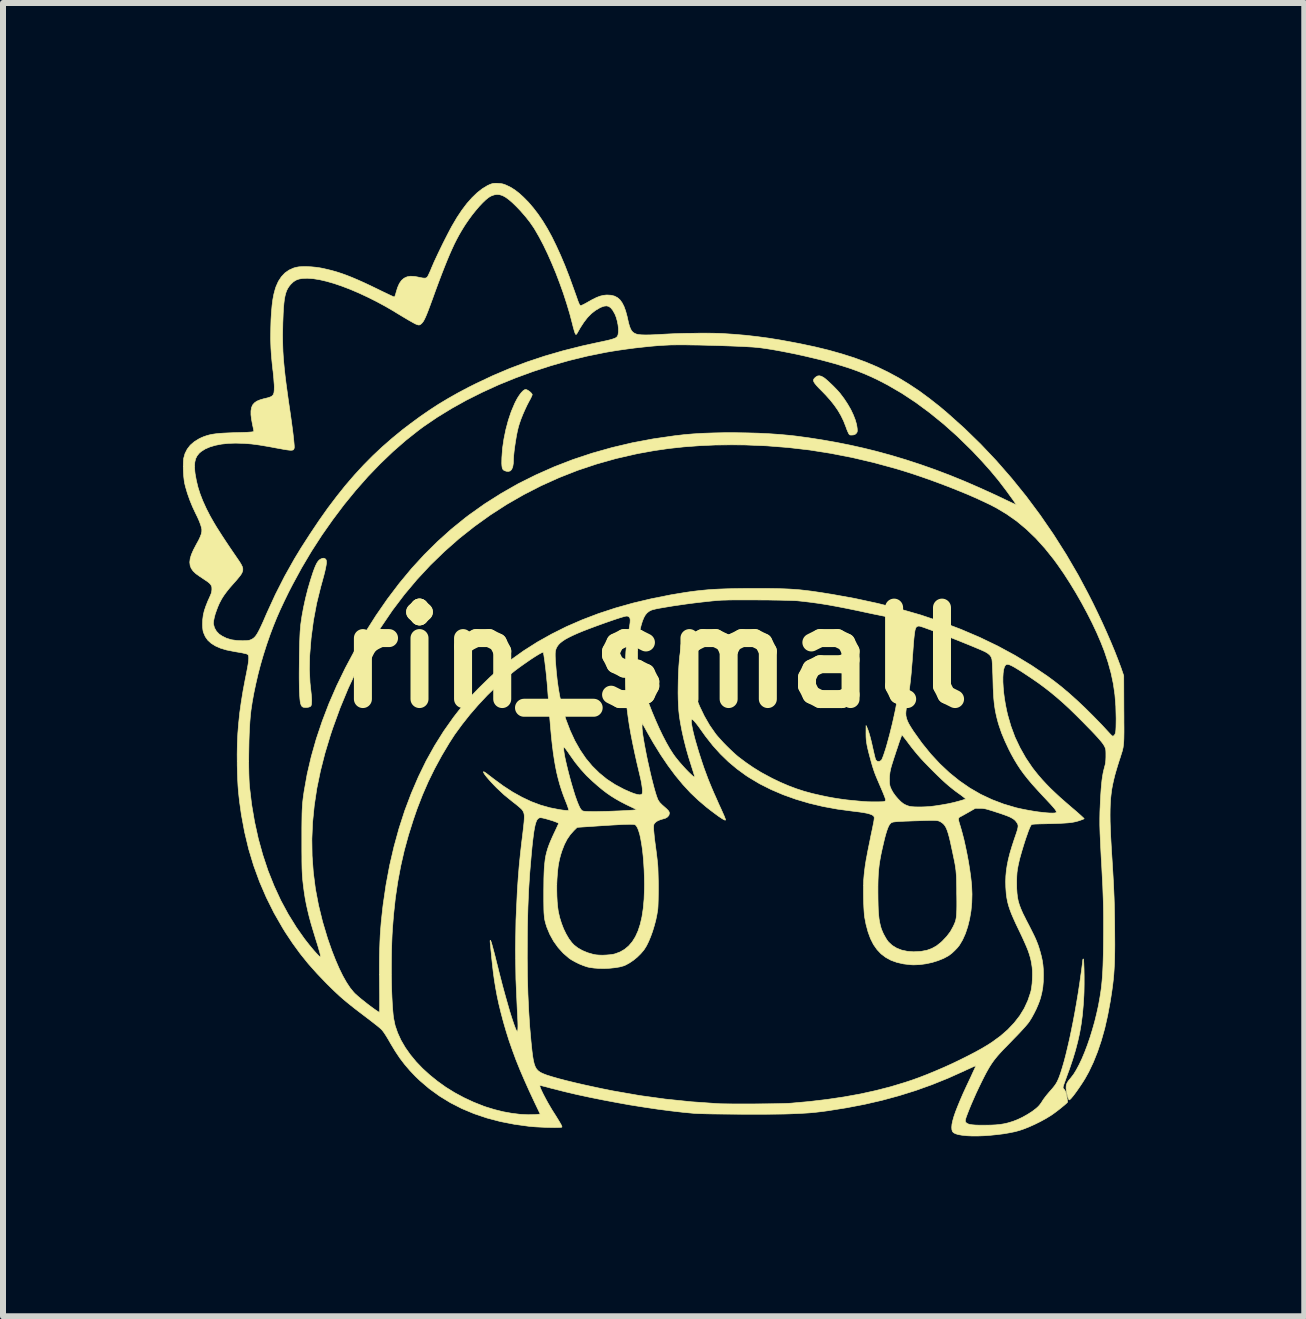
<source format=kicad_pcb>
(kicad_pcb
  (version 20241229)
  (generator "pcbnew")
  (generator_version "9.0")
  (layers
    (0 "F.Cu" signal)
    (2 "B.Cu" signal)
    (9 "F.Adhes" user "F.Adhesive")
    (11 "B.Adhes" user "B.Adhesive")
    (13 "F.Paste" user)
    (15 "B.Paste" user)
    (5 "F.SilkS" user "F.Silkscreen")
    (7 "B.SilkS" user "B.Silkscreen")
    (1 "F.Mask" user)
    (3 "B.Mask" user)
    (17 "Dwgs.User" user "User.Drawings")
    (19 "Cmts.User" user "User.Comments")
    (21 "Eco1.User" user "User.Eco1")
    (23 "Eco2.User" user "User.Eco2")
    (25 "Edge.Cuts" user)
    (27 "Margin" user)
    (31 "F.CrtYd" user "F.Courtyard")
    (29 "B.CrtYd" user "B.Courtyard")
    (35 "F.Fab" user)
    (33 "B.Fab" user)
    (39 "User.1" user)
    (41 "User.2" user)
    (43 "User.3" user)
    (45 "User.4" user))
  (footprint "rin_small"
    (layer "F.Cu")
    (at 7.861 7.912)
    (property "Reference" "rin_small" (at 0 0 0) (layer "F.SilkS") (effects (font (size 1.524 1.524) (thickness 0.3))))
    (attr through_hole)
    (fp_poly (pts (xy 2.779 -4.691) (xy 2.82 -4.668) (xy 2.85 -4.645) (xy 2.889 -4.611) (xy 2.932 -4.571) (xy 2.978 -4.527) (xy 3.022 -4.482) (xy 3.062 -4.439) (xy 3.093 -4.403) (xy 3.159 -4.315) (xy 3.218 -4.225) (xy 3.27 -4.135) (xy 3.312 -4.046) (xy 3.345 -3.961) (xy 3.367 -3.883) (xy 3.376 -3.823) (xy 3.378 -3.791) (xy 3.377 -3.77) (xy 3.372 -3.755) (xy 3.362 -3.741) (xy 3.36 -3.739) (xy 3.339 -3.721) (xy 3.312 -3.713) (xy 3.302 -3.712) (xy 3.276 -3.711) (xy 3.257 -3.712) (xy 3.253 -3.714) (xy 3.243 -3.722) (xy 3.233 -3.738) (xy 3.22 -3.766) (xy 3.203 -3.806) (xy 3.188 -3.848) (xy 3.15 -3.945) (xy 3.106 -4.035) (xy 3.056 -4.121) (xy 2.997 -4.206) (xy 2.928 -4.293) (xy 2.847 -4.383) (xy 2.787 -4.445) (xy 2.737 -4.495) (xy 2.699 -4.536) (xy 2.673 -4.568) (xy 2.656 -4.594) (xy 2.648 -4.615) (xy 2.649 -4.633) (xy 2.657 -4.649) (xy 2.673 -4.666) (xy 2.681 -4.674) (xy 2.712 -4.694) (xy 2.743 -4.699) (xy 2.779 -4.691)) (stroke (width 0.01) (type solid)) (fill yes) (layer "F.SilkS"))
    (fp_poly (pts (xy -2.129 -4.465) (xy -2.104 -4.451) (xy -2.078 -4.432) (xy -2.057 -4.412) (xy -2.043 -4.393) (xy -2.04 -4.385) (xy -2.044 -4.371) (xy -2.055 -4.346) (xy -2.071 -4.313) (xy -2.091 -4.277) (xy -2.127 -4.208) (xy -2.163 -4.131) (xy -2.198 -4.051) (xy -2.229 -3.973) (xy -2.254 -3.901) (xy -2.27 -3.848) (xy -2.287 -3.778) (xy -2.303 -3.699) (xy -2.317 -3.615) (xy -2.33 -3.53) (xy -2.341 -3.447) (xy -2.349 -3.37) (xy -2.353 -3.304) (xy -2.354 -3.273) (xy -2.356 -3.236) (xy -2.362 -3.197) (xy -2.366 -3.178) (xy -2.383 -3.138) (xy -2.405 -3.114) (xy -2.435 -3.105) (xy -2.468 -3.107) (xy -2.495 -3.115) (xy -2.515 -3.125) (xy -2.53 -3.14) (xy -2.54 -3.163) (xy -2.545 -3.195) (xy -2.548 -3.238) (xy -2.547 -3.295) (xy -2.546 -3.335) (xy -2.535 -3.488) (xy -2.512 -3.644) (xy -2.48 -3.801) (xy -2.439 -3.955) (xy -2.39 -4.101) (xy -2.333 -4.236) (xy -2.319 -4.265) (xy -2.287 -4.325) (xy -2.254 -4.376) (xy -2.222 -4.418) (xy -2.192 -4.449) (xy -2.165 -4.467) (xy -2.149 -4.47) (xy -2.129 -4.465)) (stroke (width 0.01) (type solid)) (fill yes) (layer "F.SilkS"))
    (fp_poly (pts (xy -5.489 -1.647) (xy -5.488 -1.646) (xy -5.479 -1.637) (xy -5.473 -1.623) (xy -5.47 -1.604) (xy -5.47 -1.577) (xy -5.475 -1.542) (xy -5.483 -1.498) (xy -5.495 -1.443) (xy -5.512 -1.375) (xy -5.534 -1.294) (xy -5.56 -1.199) (xy -5.563 -1.19) (xy -5.633 -0.907) (xy -5.687 -0.618) (xy -5.726 -0.323) (xy -5.75 -0.024) (xy -5.75 -0.023) (xy -5.754 0.197) (xy -5.744 0.416) (xy -5.727 0.573) (xy -5.722 0.62) (xy -5.718 0.668) (xy -5.716 0.711) (xy -5.717 0.735) (xy -5.719 0.769) (xy -5.723 0.791) (xy -5.73 0.805) (xy -5.739 0.814) (xy -5.761 0.823) (xy -5.791 0.829) (xy -5.825 0.83) (xy -5.854 0.826) (xy -5.87 0.819) (xy -5.882 0.807) (xy -5.892 0.79) (xy -5.9 0.766) (xy -5.907 0.733) (xy -5.912 0.689) (xy -5.916 0.633) (xy -5.92 0.561) (xy -5.92 0.559) (xy -5.922 0.5) (xy -5.923 0.427) (xy -5.924 0.343) (xy -5.924 0.251) (xy -5.923 0.153) (xy -5.922 0.052) (xy -5.921 -0.049) (xy -5.919 -0.146) (xy -5.917 -0.238) (xy -5.914 -0.321) (xy -5.911 -0.392) (xy -5.909 -0.432) (xy -5.898 -0.557) (xy -5.878 -0.694) (xy -5.851 -0.84) (xy -5.818 -0.991) (xy -5.779 -1.145) (xy -5.734 -1.298) (xy -5.718 -1.348) (xy -5.693 -1.425) (xy -5.67 -1.488) (xy -5.649 -1.538) (xy -5.63 -1.576) (xy -5.611 -1.605) (xy -5.592 -1.626) (xy -5.572 -1.641) (xy -5.57 -1.642) (xy -5.538 -1.656) (xy -5.513 -1.658) (xy -5.489 -1.647)) (stroke (width 0.01) (type solid)) (fill yes) (layer "F.SilkS"))
    (fp_poly (pts (xy -2.625 -7.907) (xy -2.613 -7.906) (xy -2.569 -7.903) (xy -2.535 -7.897) (xy -2.501 -7.887) (xy -2.468 -7.873) (xy -2.396 -7.838) (xy -2.327 -7.794) (xy -2.256 -7.739) (xy -2.186 -7.675) (xy -2.102 -7.59) (xy -2.021 -7.495) (xy -1.942 -7.392) (xy -1.865 -7.279) (xy -1.789 -7.154) (xy -1.715 -7.019) (xy -1.642 -6.87) (xy -1.568 -6.708) (xy -1.494 -6.533) (xy -1.42 -6.342) (xy -1.345 -6.135) (xy -1.325 -6.079) (xy -1.302 -6.015) (xy -1.285 -5.965) (xy -1.271 -5.928) (xy -1.26 -5.902) (xy -1.251 -5.884) (xy -1.243 -5.874) (xy -1.236 -5.87) (xy -1.228 -5.87) (xy -1.221 -5.871) (xy -1.205 -5.878) (xy -1.178 -5.891) (xy -1.144 -5.909) (xy -1.113 -5.927) (xy -1.036 -5.97) (xy -0.969 -6.003) (xy -0.909 -6.026) (xy -0.854 -6.039) (xy -0.803 -6.045) (xy -0.79 -6.045) (xy -0.726 -6.041) (xy -0.67 -6.027) (xy -0.621 -6.002) (xy -0.579 -5.966) (xy -0.543 -5.917) (xy -0.511 -5.855) (xy -0.483 -5.778) (xy -0.458 -5.686) (xy -0.45 -5.649) (xy -0.434 -5.579) (xy -0.418 -5.523) (xy -0.401 -5.48) (xy -0.383 -5.448) (xy -0.361 -5.424) (xy -0.335 -5.407) (xy -0.305 -5.394) (xy -0.27 -5.386) (xy -0.22 -5.381) (xy -0.155 -5.379) (xy -0.074 -5.38) (xy 0.023 -5.384) (xy 0.106 -5.389) (xy 0.201 -5.394) (xy 0.305 -5.399) (xy 0.417 -5.403) (xy 0.531 -5.406) (xy 0.647 -5.407) (xy 0.76 -5.409) (xy 0.868 -5.409) (xy 0.968 -5.408) (xy 1.057 -5.406) (xy 1.13 -5.403) (xy 1.324 -5.39) (xy 1.512 -5.374) (xy 1.699 -5.353) (xy 1.887 -5.328) (xy 2.081 -5.297) (xy 2.284 -5.26) (xy 2.43 -5.232) (xy 2.675 -5.18) (xy 2.905 -5.124) (xy 3.121 -5.063) (xy 3.326 -4.998) (xy 3.522 -4.926) (xy 3.709 -4.847) (xy 3.889 -4.76) (xy 4.065 -4.665) (xy 4.237 -4.56) (xy 4.409 -4.446) (xy 4.58 -4.32) (xy 4.754 -4.183) (xy 4.884 -4.073) (xy 5.162 -3.824) (xy 5.433 -3.56) (xy 5.695 -3.283) (xy 5.949 -2.992) (xy 6.193 -2.69) (xy 6.426 -2.377) (xy 6.649 -2.053) (xy 6.86 -1.72) (xy 7.059 -1.379) (xy 7.219 -1.079) (xy 7.302 -0.916) (xy 7.382 -0.751) (xy 7.46 -0.586) (xy 7.534 -0.422) (xy 7.603 -0.263) (xy 7.666 -0.112) (xy 7.722 0.031) (xy 7.771 0.162) (xy 7.778 0.182) (xy 7.819 0.301) (xy 7.821 0.87) (xy 7.822 0.983) (xy 7.822 1.081) (xy 7.823 1.166) (xy 7.823 1.238) (xy 7.822 1.299) (xy 7.821 1.351) (xy 7.819 1.396) (xy 7.816 1.434) (xy 7.812 1.468) (xy 7.808 1.499) (xy 7.801 1.528) (xy 7.794 1.558) (xy 7.784 1.589) (xy 7.773 1.624) (xy 7.761 1.663) (xy 7.747 1.704) (xy 7.718 1.796) (xy 7.692 1.883) (xy 7.669 1.964) (xy 7.65 2.043) (xy 7.633 2.119) (xy 7.619 2.195) (xy 7.609 2.273) (xy 7.6 2.353) (xy 7.595 2.437) (xy 7.592 2.526) (xy 7.591 2.623) (xy 7.592 2.729) (xy 7.596 2.844) (xy 7.601 2.971) (xy 7.609 3.111) (xy 7.618 3.266) (xy 7.624 3.357) (xy 7.632 3.488) (xy 7.639 3.605) (xy 7.645 3.711) (xy 7.65 3.809) (xy 7.654 3.902) (xy 7.658 3.992) (xy 7.661 4.084) (xy 7.663 4.179) (xy 7.665 4.281) (xy 7.667 4.393) (xy 7.668 4.504) (xy 7.669 4.649) (xy 7.67 4.779) (xy 7.669 4.896) (xy 7.667 5.003) (xy 7.664 5.101) (xy 7.659 5.193) (xy 7.653 5.282) (xy 7.645 5.368) (xy 7.635 5.454) (xy 7.623 5.543) (xy 7.609 5.636) (xy 7.594 5.732) (xy 7.551 5.963) (xy 7.502 6.18) (xy 7.445 6.382) (xy 7.382 6.569) (xy 7.312 6.744) (xy 7.235 6.906) (xy 7.173 7.017) (xy 7.144 7.064) (xy 7.11 7.116) (xy 7.074 7.169) (xy 7.038 7.221) (xy 7.003 7.269) (xy 6.972 7.309) (xy 6.946 7.34) (xy 6.939 7.348) (xy 6.921 7.365) (xy 6.912 7.371) (xy 6.906 7.367) (xy 6.901 7.358) (xy 6.89 7.332) (xy 6.88 7.295) (xy 6.87 7.253) (xy 6.862 7.211) (xy 6.858 7.175) (xy 6.858 7.165) (xy 6.86 7.133) (xy 6.867 7.106) (xy 6.88 7.078) (xy 6.902 7.046) (xy 6.935 7.007) (xy 6.937 7.004) (xy 6.983 6.945) (xy 7.029 6.87) (xy 7.076 6.782) (xy 7.123 6.683) (xy 7.169 6.573) (xy 7.214 6.454) (xy 7.257 6.329) (xy 7.297 6.199) (xy 7.335 6.065) (xy 7.368 5.93) (xy 7.398 5.795) (xy 7.422 5.661) (xy 7.433 5.592) (xy 7.443 5.523) (xy 7.451 5.454) (xy 7.458 5.382) (xy 7.464 5.307) (xy 7.469 5.225) (xy 7.473 5.136) (xy 7.476 5.036) (xy 7.479 4.925) (xy 7.481 4.801) (xy 7.482 4.691) (xy 7.483 4.563) (xy 7.483 4.446) (xy 7.483 4.336) (xy 7.482 4.231) (xy 7.48 4.128) (xy 7.477 4.023) (xy 7.473 3.914) (xy 7.469 3.799) (xy 7.462 3.674) (xy 7.455 3.536) (xy 7.451 3.454) (xy 7.443 3.322) (xy 7.437 3.205) (xy 7.432 3.102) (xy 7.428 3.01) (xy 7.424 2.929) (xy 7.422 2.857) (xy 7.42 2.792) (xy 7.42 2.732) (xy 7.42 2.676) (xy 7.421 2.623) (xy 7.422 2.57) (xy 7.424 2.516) (xy 7.425 2.503) (xy 7.43 2.384) (xy 7.436 2.28) (xy 7.442 2.19) (xy 7.449 2.112) (xy 7.456 2.043) (xy 7.465 1.982) (xy 7.474 1.928) (xy 7.485 1.878) (xy 7.497 1.831) (xy 7.502 1.812) (xy 7.511 1.778) (xy 7.517 1.745) (xy 7.52 1.706) (xy 7.522 1.657) (xy 7.522 1.638) (xy 7.522 1.592) (xy 7.521 1.559) (xy 7.519 1.534) (xy 7.514 1.514) (xy 7.507 1.495) (xy 7.501 1.482) (xy 7.489 1.46) (xy 7.472 1.434) (xy 7.449 1.404) (xy 7.419 1.368) (xy 7.381 1.325) (xy 7.335 1.275) (xy 7.279 1.216) (xy 7.212 1.148) (xy 7.142 1.076) (xy 7.024 0.958) (xy 6.914 0.851) (xy 6.809 0.754) (xy 6.707 0.665) (xy 6.606 0.581) (xy 6.504 0.501) (xy 6.397 0.422) (xy 6.284 0.344) (xy 6.162 0.263) (xy 6.112 0.23) (xy 6.046 0.189) (xy 5.993 0.157) (xy 5.95 0.134) (xy 5.916 0.119) (xy 5.89 0.112) (xy 5.87 0.112) (xy 5.855 0.119) (xy 5.847 0.126) (xy 5.83 0.155) (xy 5.817 0.2) (xy 5.809 0.257) (xy 5.805 0.326) (xy 5.805 0.404) (xy 5.81 0.491) (xy 5.818 0.584) (xy 5.831 0.683) (xy 5.848 0.785) (xy 5.869 0.888) (xy 5.884 0.953) (xy 5.938 1.14) (xy 6.006 1.324) (xy 6.09 1.501) (xy 6.186 1.671) (xy 6.294 1.831) (xy 6.341 1.892) (xy 6.401 1.966) (xy 6.463 2.037) (xy 6.528 2.107) (xy 6.598 2.179) (xy 6.676 2.253) (xy 6.761 2.332) (xy 6.858 2.417) (xy 6.966 2.51) (xy 6.979 2.521) (xy 7.026 2.561) (xy 7.068 2.598) (xy 7.104 2.63) (xy 7.132 2.656) (xy 7.151 2.674) (xy 7.159 2.683) (xy 7.159 2.684) (xy 7.148 2.69) (xy 7.126 2.699) (xy 7.095 2.71) (xy 7.059 2.722) (xy 7.022 2.732) (xy 7.015 2.734) (xy 6.98 2.741) (xy 6.939 2.748) (xy 6.89 2.753) (xy 6.831 2.757) (xy 6.761 2.761) (xy 6.678 2.764) (xy 6.58 2.767) (xy 6.563 2.767) (xy 6.488 2.769) (xy 6.428 2.77) (xy 6.381 2.772) (xy 6.345 2.773) (xy 6.32 2.775) (xy 6.302 2.777) (xy 6.29 2.78) (xy 6.282 2.784) (xy 6.277 2.788) (xy 6.274 2.792) (xy 6.263 2.811) (xy 6.248 2.844) (xy 6.23 2.888) (xy 6.211 2.943) (xy 6.189 3.005) (xy 6.167 3.072) (xy 6.145 3.142) (xy 6.124 3.212) (xy 6.104 3.281) (xy 6.086 3.346) (xy 6.076 3.387) (xy 6.06 3.459) (xy 6.048 3.522) (xy 6.04 3.583) (xy 6.036 3.646) (xy 6.034 3.718) (xy 6.034 3.759) (xy 6.035 3.847) (xy 6.04 3.924) (xy 6.048 3.993) (xy 6.061 4.058) (xy 6.08 4.122) (xy 6.106 4.19) (xy 6.138 4.263) (xy 6.18 4.346) (xy 6.191 4.369) (xy 6.237 4.457) (xy 6.275 4.532) (xy 6.307 4.596) (xy 6.334 4.651) (xy 6.356 4.7) (xy 6.374 4.745) (xy 6.39 4.786) (xy 6.404 4.828) (xy 6.417 4.871) (xy 6.426 4.901) (xy 6.447 4.98) (xy 6.462 5.051) (xy 6.472 5.119) (xy 6.478 5.189) (xy 6.48 5.269) (xy 6.48 5.3) (xy 6.478 5.401) (xy 6.47 5.492) (xy 6.455 5.577) (xy 6.434 5.664) (xy 6.417 5.718) (xy 6.392 5.783) (xy 6.361 5.855) (xy 6.324 5.929) (xy 6.286 5.999) (xy 6.248 6.06) (xy 6.225 6.092) (xy 6.206 6.115) (xy 6.177 6.149) (xy 6.139 6.191) (xy 6.095 6.239) (xy 6.045 6.292) (xy 5.992 6.346) (xy 5.939 6.401) (xy 5.87 6.472) (xy 5.811 6.532) (xy 5.762 6.585) (xy 5.72 6.632) (xy 5.684 6.675) (xy 5.653 6.715) (xy 5.625 6.754) (xy 5.598 6.795) (xy 5.571 6.839) (xy 5.563 6.853) (xy 5.528 6.915) (xy 5.489 6.99) (xy 5.447 7.074) (xy 5.403 7.165) (xy 5.359 7.258) (xy 5.318 7.351) (xy 5.279 7.44) (xy 5.245 7.522) (xy 5.22 7.586) (xy 5.201 7.636) (xy 5.188 7.673) (xy 5.181 7.7) (xy 5.178 7.718) (xy 5.179 7.731) (xy 5.184 7.741) (xy 5.192 7.75) (xy 5.193 7.751) (xy 5.209 7.763) (xy 5.231 7.773) (xy 5.26 7.781) (xy 5.298 7.786) (xy 5.348 7.79) (xy 5.41 7.792) (xy 5.487 7.792) (xy 5.503 7.792) (xy 5.6 7.791) (xy 5.683 7.787) (xy 5.756 7.78) (xy 5.824 7.769) (xy 5.889 7.754) (xy 5.955 7.734) (xy 5.969 7.73) (xy 6.049 7.699) (xy 6.133 7.659) (xy 6.215 7.613) (xy 6.292 7.564) (xy 6.359 7.513) (xy 6.394 7.481) (xy 6.417 7.455) (xy 6.442 7.422) (xy 6.464 7.388) (xy 6.464 7.387) (xy 6.482 7.36) (xy 6.509 7.324) (xy 6.541 7.283) (xy 6.575 7.243) (xy 6.59 7.226) (xy 6.632 7.178) (xy 6.664 7.138) (xy 6.689 7.102) (xy 6.709 7.067) (xy 6.714 7.057) (xy 6.74 6.997) (xy 6.767 6.922) (xy 6.795 6.832) (xy 6.825 6.729) (xy 6.855 6.614) (xy 6.885 6.489) (xy 6.916 6.355) (xy 6.946 6.212) (xy 6.976 6.063) (xy 7.005 5.909) (xy 7.033 5.75) (xy 7.06 5.588) (xy 7.085 5.425) (xy 7.108 5.261) (xy 7.117 5.199) (xy 7.123 5.149) (xy 7.129 5.105) (xy 7.133 5.068) (xy 7.136 5.043) (xy 7.137 5.032) (xy 7.142 5.022) (xy 7.145 5.021) (xy 7.148 5.029) (xy 7.151 5.052) (xy 7.153 5.087) (xy 7.155 5.133) (xy 7.157 5.188) (xy 7.158 5.249) (xy 7.159 5.313) (xy 7.159 5.38) (xy 7.159 5.447) (xy 7.158 5.511) (xy 7.157 5.571) (xy 7.155 5.624) (xy 7.155 5.625) (xy 7.144 5.796) (xy 7.13 5.955) (xy 7.11 6.106) (xy 7.085 6.252) (xy 7.053 6.396) (xy 7.015 6.542) (xy 6.969 6.694) (xy 6.915 6.854) (xy 6.874 6.965) (xy 6.855 7.018) (xy 6.838 7.066) (xy 6.823 7.107) (xy 6.813 7.138) (xy 6.808 7.157) (xy 6.807 7.161) (xy 6.813 7.18) (xy 6.82 7.189) (xy 6.837 7.208) (xy 6.851 7.237) (xy 6.862 7.278) (xy 6.871 7.32) (xy 6.876 7.354) (xy 6.881 7.383) (xy 6.883 7.402) (xy 6.883 7.405) (xy 6.877 7.415) (xy 6.859 7.432) (xy 6.832 7.456) (xy 6.798 7.484) (xy 6.759 7.516) (xy 6.718 7.548) (xy 6.677 7.579) (xy 6.637 7.608) (xy 6.602 7.632) (xy 6.597 7.635) (xy 6.518 7.683) (xy 6.428 7.732) (xy 6.333 7.779) (xy 6.237 7.822) (xy 6.145 7.858) (xy 6.077 7.881) (xy 6.002 7.901) (xy 5.913 7.919) (xy 5.814 7.936) (xy 5.708 7.949) (xy 5.6 7.96) (xy 5.492 7.968) (xy 5.387 7.972) (xy 5.29 7.972) (xy 5.204 7.968) (xy 5.198 7.967) (xy 5.121 7.959) (xy 5.059 7.948) (xy 5.013 7.934) (xy 4.981 7.916) (xy 4.963 7.896) (xy 4.963 7.894) (xy 4.954 7.864) (xy 4.952 7.825) (xy 4.956 7.777) (xy 4.968 7.72) (xy 4.987 7.652) (xy 5.014 7.573) (xy 5.049 7.483) (xy 5.091 7.381) (xy 5.141 7.265) (xy 5.2 7.137) (xy 5.242 7.048) (xy 5.27 6.989) (xy 5.295 6.934) (xy 5.317 6.886) (xy 5.335 6.848) (xy 5.348 6.819) (xy 5.354 6.803) (xy 5.355 6.8) (xy 5.347 6.803) (xy 5.326 6.812) (xy 5.293 6.826) (xy 5.252 6.845) (xy 5.203 6.867) (xy 5.161 6.887) (xy 4.891 7.008) (xy 4.621 7.117) (xy 4.35 7.214) (xy 4.074 7.3) (xy 3.791 7.377) (xy 3.5 7.444) (xy 3.198 7.502) (xy 2.884 7.552) (xy 2.883 7.552) (xy 2.81 7.562) (xy 2.745 7.57) (xy 2.684 7.577) (xy 2.624 7.583) (xy 2.562 7.588) (xy 2.495 7.592) (xy 2.421 7.596) (xy 2.335 7.6) (xy 2.236 7.604) (xy 2.231 7.604) (xy 2.17 7.606) (xy 2.097 7.607) (xy 2.013 7.608) (xy 1.921 7.609) (xy 1.821 7.61) (xy 1.716 7.61) (xy 1.607 7.61) (xy 1.496 7.61) (xy 1.385 7.609) (xy 1.275 7.608) (xy 1.169 7.607) (xy 1.068 7.606) (xy 0.973 7.605) (xy 0.886 7.603) (xy 0.81 7.601) (xy 0.745 7.599) (xy 0.694 7.597) (xy 0.66 7.595) (xy 0.469 7.577) (xy 0.264 7.553) (xy 0.049 7.525) (xy -0.173 7.492) (xy -0.401 7.456) (xy -0.63 7.415) (xy -0.858 7.372) (xy -1.082 7.327) (xy -1.3 7.28) (xy -1.508 7.231) (xy -1.704 7.181) (xy -1.711 7.18) (xy -1.765 7.165) (xy -1.814 7.152) (xy -1.855 7.142) (xy -1.886 7.134) (xy -1.904 7.13) (xy -1.908 7.129) (xy -1.913 7.133) (xy -1.912 7.147) (xy -1.904 7.172) (xy -1.888 7.208) (xy -1.865 7.257) (xy -1.843 7.3) (xy -1.813 7.357) (xy -1.778 7.421) (xy -1.74 7.486) (xy -1.705 7.545) (xy -1.692 7.565) (xy -1.648 7.634) (xy -1.613 7.691) (xy -1.586 7.736) (xy -1.566 7.77) (xy -1.553 7.795) (xy -1.546 7.812) (xy -1.545 7.822) (xy -1.546 7.824) (xy -1.556 7.827) (xy -1.581 7.829) (xy -1.618 7.83) (xy -1.665 7.831) (xy -1.72 7.83) (xy -1.779 7.829) (xy -1.842 7.827) (xy -1.906 7.824) (xy -1.967 7.821) (xy -2.025 7.817) (xy -2.076 7.812) (xy -2.091 7.811) (xy -2.337 7.777) (xy -2.572 7.731) (xy -2.796 7.672) (xy -3.01 7.6) (xy -3.213 7.515) (xy -3.405 7.417) (xy -3.586 7.306) (xy -3.756 7.183) (xy -3.914 7.048) (xy -3.984 6.981) (xy -4.08 6.88) (xy -4.167 6.778) (xy -4.247 6.673) (xy -4.323 6.559) (xy -4.399 6.433) (xy -4.403 6.426) (xy -4.438 6.365) (xy -4.467 6.317) (xy -4.491 6.279) (xy -4.512 6.248) (xy -4.531 6.222) (xy -4.55 6.199) (xy -4.555 6.195) (xy -4.568 6.182) (xy -4.594 6.16) (xy -4.629 6.131) (xy -4.673 6.097) (xy -4.724 6.057) (xy -4.779 6.015) (xy -4.834 5.973) (xy -4.925 5.904) (xy -5.003 5.844) (xy -5.072 5.789) (xy -5.134 5.739) (xy -5.191 5.691) (xy -5.245 5.644) (xy -5.299 5.594) (xy -5.354 5.542) (xy -5.413 5.484) (xy -5.466 5.432) (xy -5.626 5.265) (xy -5.773 5.1) (xy -5.908 4.932) (xy -6.034 4.759) (xy -6.155 4.577) (xy -6.2 4.504) (xy -6.344 4.253) (xy -6.472 3.996) (xy -6.585 3.734) (xy -6.683 3.465) (xy -6.766 3.19) (xy -6.834 2.906) (xy -6.888 2.615) (xy -6.917 2.409) (xy -6.928 2.314) (xy -6.937 2.225) (xy -6.944 2.136) (xy -6.949 2.043) (xy -6.953 1.943) (xy -6.956 1.832) (xy -6.957 1.795) (xy -6.957 1.724) (xy -6.766 1.724) (xy -6.765 1.832) (xy -6.763 1.933) (xy -6.76 2.025) (xy -6.756 2.104) (xy -6.752 2.153) (xy -6.717 2.448) (xy -6.668 2.736) (xy -6.606 3.017) (xy -6.531 3.288) (xy -6.444 3.55) (xy -6.343 3.803) (xy -6.231 4.046) (xy -6.106 4.277) (xy -5.969 4.498) (xy -5.84 4.681) (xy -5.799 4.734) (xy -5.757 4.787) (xy -5.716 4.837) (xy -5.678 4.882) (xy -5.643 4.921) (xy -5.613 4.953) (xy -5.59 4.975) (xy -5.575 4.986) (xy -5.572 4.987) (xy -5.57 4.979) (xy -5.571 4.959) (xy -5.576 4.934) (xy -5.582 4.91) (xy -5.593 4.874) (xy -5.606 4.827) (xy -5.622 4.774) (xy -5.64 4.718) (xy -5.647 4.695) (xy -5.689 4.557) (xy -5.726 4.433) (xy -5.757 4.319) (xy -5.783 4.211) (xy -5.806 4.108) (xy -5.825 4.007) (xy -5.841 3.904) (xy -5.855 3.797) (xy -5.865 3.707) (xy -5.868 3.672) (xy -5.871 3.637) (xy -5.873 3.599) (xy -5.875 3.558) (xy -5.877 3.51) (xy -5.878 3.455) (xy -5.879 3.391) (xy -5.879 3.316) (xy -5.88 3.229) (xy -5.88 3.127) (xy -5.88 3.052) (xy -5.88 3.025) (xy -5.713 3.025) (xy -5.709 3.303) (xy -5.689 3.578) (xy -5.654 3.852) (xy -5.602 4.126) (xy -5.535 4.4) (xy -5.453 4.674) (xy -5.443 4.703) (xy -5.382 4.878) (xy -5.32 5.036) (xy -5.259 5.177) (xy -5.198 5.302) (xy -5.137 5.41) (xy -5.077 5.501) (xy -5.016 5.576) (xy -4.992 5.601) (xy -4.964 5.626) (xy -4.929 5.657) (xy -4.887 5.692) (xy -4.841 5.728) (xy -4.794 5.766) (xy -4.747 5.802) (xy -4.702 5.835) (xy -4.662 5.864) (xy -4.628 5.887) (xy -4.603 5.903) (xy -4.588 5.91) (xy -4.587 5.91) (xy -4.585 5.901) (xy -4.584 5.878) (xy -4.584 5.839) (xy -4.583 5.788) (xy -4.583 5.724) (xy -4.583 5.65) (xy -4.584 5.566) (xy -4.585 5.474) (xy -4.585 5.438) (xy -4.587 5.275) (xy -4.587 5.15) (xy -4.388 5.15) (xy -4.388 5.285) (xy -4.386 5.417) (xy -4.383 5.544) (xy -4.378 5.664) (xy -4.372 5.775) (xy -4.365 5.874) (xy -4.357 5.961) (xy -4.351 6.007) (xy -4.326 6.129) (xy -4.284 6.252) (xy -4.228 6.375) (xy -4.157 6.497) (xy -4.073 6.616) (xy -3.976 6.734) (xy -3.868 6.847) (xy -3.748 6.956) (xy -3.619 7.06) (xy -3.481 7.159) (xy -3.334 7.25) (xy -3.18 7.333) (xy -3.019 7.408) (xy -2.853 7.474) (xy -2.813 7.488) (xy -2.669 7.532) (xy -2.525 7.568) (xy -2.381 7.594) (xy -2.242 7.611) (xy -2.109 7.618) (xy -1.986 7.615) (xy -1.963 7.613) (xy -1.907 7.607) (xy -2 7.413) (xy -2.09 7.22) (xy -2.171 7.039) (xy -2.245 6.867) (xy -2.311 6.703) (xy -2.37 6.543) (xy -2.425 6.386) (xy -2.474 6.23) (xy -2.52 6.072) (xy -2.563 5.91) (xy -2.565 5.901) (xy -2.598 5.766) (xy -2.626 5.635) (xy -2.65 5.504) (xy -2.672 5.37) (xy -2.691 5.23) (xy -2.708 5.078) (xy -2.718 4.983) (xy -2.723 4.926) (xy -2.729 4.871) (xy -2.733 4.823) (xy -2.737 4.783) (xy -2.74 4.757) (xy -2.74 4.754) (xy -2.742 4.725) (xy -2.741 4.712) (xy -2.736 4.712) (xy -2.733 4.717) (xy -2.728 4.729) (xy -2.721 4.747) (xy -2.714 4.772) (xy -2.704 4.807) (xy -2.692 4.852) (xy -2.677 4.908) (xy -2.659 4.977) (xy -2.639 5.059) (xy -2.614 5.156) (xy -2.601 5.211) (xy -2.569 5.335) (xy -2.538 5.456) (xy -2.506 5.574) (xy -2.475 5.685) (xy -2.445 5.79) (xy -2.417 5.888) (xy -2.39 5.975) (xy -2.365 6.052) (xy -2.343 6.116) (xy -2.324 6.167) (xy -2.309 6.203) (xy -2.307 6.207) (xy -2.297 6.222) (xy -2.29 6.228) (xy -2.285 6.223) (xy -2.281 6.207) (xy -2.279 6.179) (xy -2.278 6.138) (xy -2.279 6.083) (xy -2.282 6.014) (xy -2.286 5.93) (xy -2.29 5.859) (xy -2.312 5.359) (xy -2.317 5.008) (xy -2.123 5.008) (xy -2.12 5.312) (xy -2.112 5.603) (xy -2.099 5.882) (xy -2.082 6.148) (xy -2.06 6.398) (xy -2.044 6.553) (xy -2.033 6.64) (xy -2.021 6.711) (xy -2.007 6.77) (xy -1.99 6.817) (xy -1.969 6.855) (xy -1.941 6.885) (xy -1.907 6.91) (xy -1.865 6.931) (xy -1.814 6.951) (xy -1.792 6.959) (xy -1.698 6.988) (xy -1.589 7.019) (xy -1.466 7.051) (xy -1.33 7.084) (xy -1.183 7.118) (xy -1.027 7.152) (xy -0.863 7.187) (xy -0.692 7.221) (xy -0.669 7.225) (xy -0.25 7.298) (xy 0.178 7.357) (xy 0.614 7.402) (xy 1.054 7.433) (xy 1.095 7.435) (xy 1.151 7.436) (xy 1.219 7.437) (xy 1.296 7.438) (xy 1.382 7.438) (xy 1.474 7.438) (xy 1.569 7.438) (xy 1.666 7.438) (xy 1.763 7.437) (xy 1.858 7.436) (xy 1.948 7.435) (xy 2.032 7.434) (xy 2.108 7.432) (xy 2.172 7.43) (xy 2.225 7.428) (xy 2.262 7.426) (xy 2.265 7.426) (xy 2.577 7.398) (xy 2.874 7.363) (xy 3.157 7.321) (xy 3.428 7.272) (xy 3.687 7.215) (xy 3.936 7.151) (xy 4.174 7.079) (xy 4.28 7.044) (xy 4.409 6.998) (xy 4.543 6.946) (xy 4.681 6.889) (xy 4.821 6.829) (xy 4.96 6.766) (xy 5.095 6.701) (xy 5.225 6.636) (xy 5.348 6.572) (xy 5.46 6.51) (xy 5.56 6.45) (xy 5.626 6.407) (xy 5.763 6.307) (xy 5.886 6.2) (xy 5.993 6.087) (xy 6.085 5.969) (xy 6.161 5.845) (xy 6.221 5.715) (xy 6.266 5.581) (xy 6.275 5.546) (xy 6.284 5.492) (xy 6.292 5.427) (xy 6.296 5.355) (xy 6.298 5.283) (xy 6.297 5.215) (xy 6.292 5.156) (xy 6.291 5.152) (xy 6.283 5.097) (xy 6.273 5.044) (xy 6.26 4.992) (xy 6.244 4.938) (xy 6.224 4.88) (xy 6.198 4.816) (xy 6.167 4.745) (xy 6.13 4.663) (xy 6.086 4.57) (xy 6.07 4.537) (xy 6.021 4.435) (xy 5.981 4.346) (xy 5.947 4.267) (xy 5.92 4.195) (xy 5.898 4.128) (xy 5.882 4.065) (xy 5.87 4.002) (xy 5.861 3.938) (xy 5.856 3.87) (xy 5.853 3.823) (xy 5.851 3.73) (xy 5.854 3.64) (xy 5.862 3.551) (xy 5.876 3.46) (xy 5.895 3.365) (xy 5.921 3.262) (xy 5.954 3.151) (xy 5.994 3.028) (xy 6.006 2.993) (xy 6.027 2.932) (xy 6.042 2.885) (xy 6.052 2.849) (xy 6.057 2.822) (xy 6.058 2.801) (xy 6.055 2.783) (xy 6.048 2.767) (xy 6.039 2.751) (xy 6.023 2.729) (xy 6.005 2.709) (xy 5.983 2.691) (xy 5.956 2.674) (xy 5.922 2.656) (xy 5.879 2.638) (xy 5.825 2.618) (xy 5.759 2.595) (xy 5.678 2.569) (xy 5.652 2.56) (xy 5.596 2.543) (xy 5.553 2.53) (xy 5.52 2.521) (xy 5.492 2.516) (xy 5.466 2.512) (xy 5.439 2.511) (xy 5.422 2.511) (xy 5.346 2.51) (xy 5.24 2.571) (xy 5.199 2.594) (xy 5.16 2.616) (xy 5.126 2.635) (xy 5.103 2.647) (xy 5.099 2.649) (xy 5.082 2.658) (xy 5.071 2.668) (xy 5.066 2.68) (xy 5.065 2.699) (xy 5.07 2.725) (xy 5.08 2.762) (xy 5.096 2.813) (xy 5.097 2.816) (xy 5.125 2.915) (xy 5.154 3.026) (xy 5.181 3.147) (xy 5.207 3.273) (xy 5.231 3.401) (xy 5.251 3.527) (xy 5.268 3.646) (xy 5.28 3.756) (xy 5.284 3.797) (xy 5.29 3.941) (xy 5.286 4.083) (xy 5.273 4.221) (xy 5.25 4.355) (xy 5.219 4.481) (xy 5.18 4.598) (xy 5.133 4.703) (xy 5.08 4.792) (xy 5.046 4.835) (xy 5.003 4.88) (xy 4.956 4.924) (xy 4.909 4.96) (xy 4.896 4.969) (xy 4.816 5.012) (xy 4.724 5.049) (xy 4.625 5.08) (xy 4.521 5.102) (xy 4.417 5.116) (xy 4.318 5.12) (xy 4.271 5.118) (xy 4.15 5.104) (xy 4.039 5.079) (xy 3.941 5.044) (xy 3.853 4.996) (xy 3.775 4.937) (xy 3.707 4.865) (xy 3.648 4.781) (xy 3.598 4.682) (xy 3.557 4.57) (xy 3.523 4.443) (xy 3.5 4.322) (xy 3.495 4.28) (xy 3.491 4.224) (xy 3.487 4.157) (xy 3.484 4.083) (xy 3.482 4.004) (xy 3.481 3.925) (xy 3.481 3.912) (xy 3.722 3.912) (xy 3.723 4.026) (xy 3.725 4.126) (xy 3.728 4.213) (xy 3.734 4.288) (xy 3.741 4.354) (xy 3.751 4.412) (xy 3.763 4.465) (xy 3.777 4.514) (xy 3.795 4.56) (xy 3.816 4.607) (xy 3.818 4.61) (xy 3.84 4.65) (xy 3.863 4.69) (xy 3.886 4.723) (xy 3.898 4.738) (xy 3.96 4.796) (xy 4.034 4.841) (xy 4.118 4.874) (xy 4.212 4.894) (xy 4.316 4.902) (xy 4.428 4.896) (xy 4.452 4.893) (xy 4.54 4.876) (xy 4.62 4.847) (xy 4.696 4.805) (xy 4.77 4.747) (xy 4.794 4.725) (xy 4.868 4.647) (xy 4.929 4.567) (xy 4.977 4.48) (xy 4.978 4.478) (xy 4.992 4.448) (xy 5.004 4.42) (xy 5.014 4.393) (xy 5.021 4.365) (xy 5.027 4.333) (xy 5.031 4.297) (xy 5.034 4.253) (xy 5.036 4.201) (xy 5.037 4.139) (xy 5.037 4.064) (xy 5.036 3.974) (xy 5.035 3.933) (xy 5.035 3.842) (xy 5.033 3.766) (xy 5.032 3.701) (xy 5.03 3.643) (xy 5.026 3.592) (xy 5.022 3.543) (xy 5.015 3.493) (xy 5.007 3.441) (xy 4.996 3.384) (xy 4.982 3.318) (xy 4.966 3.24) (xy 4.948 3.158) (xy 4.929 3.068) (xy 4.911 2.994) (xy 4.894 2.932) (xy 4.878 2.883) (xy 4.862 2.843) (xy 4.845 2.811) (xy 4.827 2.786) (xy 4.807 2.765) (xy 4.787 2.75) (xy 4.771 2.739) (xy 4.757 2.731) (xy 4.742 2.724) (xy 4.725 2.719) (xy 4.703 2.715) (xy 4.676 2.713) (xy 4.64 2.712) (xy 4.595 2.712) (xy 4.539 2.713) (xy 4.468 2.715) (xy 4.39 2.718) (xy 4.316 2.72) (xy 4.244 2.723) (xy 4.178 2.725) (xy 4.119 2.728) (xy 4.07 2.73) (xy 4.034 2.733) (xy 4.013 2.735) (xy 3.98 2.739) (xy 3.958 2.745) (xy 3.942 2.753) (xy 3.927 2.768) (xy 3.924 2.772) (xy 3.907 2.795) (xy 3.891 2.829) (xy 3.874 2.874) (xy 3.856 2.931) (xy 3.836 3.003) (xy 3.819 3.074) (xy 3.794 3.182) (xy 3.773 3.278) (xy 3.757 3.365) (xy 3.744 3.447) (xy 3.735 3.528) (xy 3.728 3.612) (xy 3.724 3.701) (xy 3.722 3.8) (xy 3.722 3.912) (xy 3.481 3.912) (xy 3.481 3.848) (xy 3.482 3.776) (xy 3.484 3.713) (xy 3.488 3.665) (xy 3.492 3.616) (xy 3.497 3.568) (xy 3.503 3.522) (xy 3.509 3.474) (xy 3.517 3.423) (xy 3.526 3.367) (xy 3.538 3.305) (xy 3.551 3.234) (xy 3.567 3.154) (xy 3.586 3.062) (xy 3.607 2.956) (xy 3.628 2.858) (xy 3.641 2.793) (xy 3.651 2.744) (xy 3.657 2.707) (xy 3.66 2.68) (xy 3.66 2.663) (xy 3.658 2.652) (xy 3.658 2.652) (xy 3.646 2.635) (xy 3.623 2.62) (xy 3.59 2.607) (xy 3.545 2.594) (xy 3.487 2.583) (xy 3.415 2.572) (xy 3.327 2.561) (xy 3.293 2.557) (xy 3.047 2.524) (xy 2.807 2.48) (xy 2.576 2.425) (xy 2.353 2.359) (xy 2.141 2.283) (xy 1.94 2.197) (xy 1.751 2.102) (xy 1.575 1.997) (xy 1.524 1.964) (xy 1.372 1.853) (xy 1.23 1.734) (xy 1.097 1.605) (xy 0.97 1.464) (xy 0.848 1.309) (xy 0.781 1.215) (xy 0.734 1.149) (xy 0.695 1.098) (xy 0.664 1.061) (xy 0.641 1.038) (xy 0.624 1.029) (xy 0.616 1.031) (xy 0.612 1.047) (xy 0.612 1.076) (xy 0.618 1.119) (xy 0.628 1.173) (xy 0.642 1.237) (xy 0.66 1.309) (xy 0.681 1.389) (xy 0.706 1.473) (xy 0.732 1.562) (xy 0.761 1.653) (xy 0.791 1.745) (xy 0.822 1.837) (xy 0.855 1.926) (xy 0.887 2.012) (xy 0.9 2.045) (xy 0.917 2.087) (xy 0.934 2.128) (xy 0.951 2.169) (xy 0.969 2.211) (xy 0.989 2.258) (xy 1.013 2.311) (xy 1.04 2.372) (xy 1.071 2.443) (xy 1.109 2.525) (xy 1.145 2.606) (xy 1.161 2.642) (xy 1.173 2.674) (xy 1.181 2.696) (xy 1.182 2.707) (xy 1.182 2.707) (xy 1.171 2.707) (xy 1.147 2.696) (xy 1.111 2.674) (xy 1.065 2.643) (xy 1.008 2.601) (xy 0.941 2.551) (xy 0.865 2.492) (xy 0.73 2.377) (xy 0.598 2.252) (xy 0.47 2.113) (xy 0.345 1.962) (xy 0.222 1.796) (xy 0.1 1.616) (xy -0.021 1.42) (xy -0.114 1.258) (xy -0.207 1.09) (xy -0.21 1.144) (xy -0.209 1.18) (xy -0.204 1.231) (xy -0.196 1.294) (xy -0.184 1.367) (xy -0.17 1.449) (xy -0.153 1.537) (xy -0.135 1.631) (xy -0.115 1.726) (xy -0.093 1.823) (xy -0.072 1.918) (xy -0.05 2.01) (xy -0.028 2.096) (xy -0.007 2.176) (xy 0.013 2.246) (xy 0.032 2.306) (xy 0.049 2.352) (xy 0.055 2.367) (xy 0.083 2.411) (xy 0.122 2.451) (xy 0.165 2.489) (xy 0.197 2.517) (xy 0.219 2.539) (xy 0.234 2.556) (xy 0.241 2.57) (xy 0.245 2.583) (xy 0.246 2.595) (xy 0.238 2.627) (xy 0.215 2.655) (xy 0.179 2.676) (xy 0.155 2.683) (xy 0.1 2.699) (xy 0.059 2.715) (xy 0.028 2.733) (xy 0.011 2.748) (xy -0.003 2.763) (xy -0.011 2.776) (xy -0.015 2.793) (xy -0.017 2.818) (xy -0.017 2.844) (xy -0.016 2.872) (xy -0.012 2.913) (xy -0.007 2.965) (xy -0.001 3.023) (xy 0.007 3.085) (xy 0.012 3.122) (xy 0.021 3.189) (xy 0.03 3.258) (xy 0.038 3.325) (xy 0.045 3.386) (xy 0.05 3.437) (xy 0.052 3.454) (xy 0.055 3.504) (xy 0.057 3.566) (xy 0.059 3.636) (xy 0.061 3.713) (xy 0.062 3.793) (xy 0.062 3.874) (xy 0.061 3.953) (xy 0.06 4.026) (xy 0.058 4.092) (xy 0.056 4.147) (xy 0.053 4.189) (xy 0.052 4.197) (xy 0.038 4.284) (xy 0.019 4.376) (xy -0.006 4.469) (xy -0.034 4.561) (xy -0.066 4.649) (xy -0.1 4.731) (xy -0.135 4.802) (xy -0.171 4.86) (xy -0.181 4.874) (xy -0.232 4.934) (xy -0.291 4.992) (xy -0.355 5.044) (xy -0.42 5.088) (xy -0.482 5.122) (xy -0.515 5.136) (xy -0.581 5.154) (xy -0.66 5.167) (xy -0.746 5.176) (xy -0.836 5.18) (xy -0.925 5.179) (xy -1.01 5.173) (xy -1.087 5.162) (xy -1.126 5.153) (xy -1.19 5.131) (xy -1.259 5.103) (xy -1.327 5.069) (xy -1.389 5.034) (xy -1.427 5.008) (xy -1.522 4.926) (xy -1.608 4.831) (xy -1.684 4.725) (xy -1.748 4.609) (xy -1.799 4.486) (xy -1.802 4.474) (xy -1.813 4.44) (xy -1.822 4.407) (xy -1.83 4.374) (xy -1.836 4.338) (xy -1.84 4.298) (xy -1.844 4.251) (xy -1.846 4.197) (xy -1.847 4.132) (xy -1.848 4.055) (xy -1.848 3.963) (xy -1.848 3.92) (xy -1.848 3.877) (xy -1.631 3.877) (xy -1.629 3.974) (xy -1.624 4.068) (xy -1.616 4.154) (xy -1.606 4.227) (xy -1.605 4.232) (xy -1.583 4.33) (xy -1.553 4.426) (xy -1.517 4.52) (xy -1.475 4.606) (xy -1.43 4.683) (xy -1.381 4.749) (xy -1.344 4.788) (xy -1.28 4.838) (xy -1.204 4.881) (xy -1.118 4.917) (xy -1.028 4.943) (xy -0.978 4.953) (xy -0.928 4.957) (xy -0.869 4.959) (xy -0.805 4.956) (xy -0.744 4.951) (xy -0.689 4.943) (xy -0.66 4.936) (xy -0.576 4.905) (xy -0.5 4.861) (xy -0.432 4.804) (xy -0.372 4.734) (xy -0.32 4.651) (xy -0.276 4.554) (xy -0.24 4.444) (xy -0.211 4.319) (xy -0.19 4.18) (xy -0.176 4.026) (xy -0.17 3.857) (xy -0.169 3.783) (xy -0.171 3.659) (xy -0.175 3.539) (xy -0.182 3.422) (xy -0.191 3.311) (xy -0.202 3.206) (xy -0.216 3.11) (xy -0.231 3.024) (xy -0.247 2.949) (xy -0.266 2.886) (xy -0.285 2.837) (xy -0.305 2.804) (xy -0.309 2.799) (xy -0.318 2.79) (xy -0.328 2.784) (xy -0.341 2.78) (xy -0.362 2.778) (xy -0.393 2.777) (xy -0.435 2.777) (xy -0.466 2.778) (xy -0.512 2.779) (xy -0.57 2.782) (xy -0.637 2.786) (xy -0.712 2.79) (xy -0.792 2.795) (xy -0.874 2.8) (xy -0.916 2.803) (xy -1.291 2.828) (xy -1.345 2.881) (xy -1.405 2.948) (xy -1.458 3.025) (xy -1.504 3.114) (xy -1.544 3.217) (xy -1.567 3.289) (xy -1.583 3.35) (xy -1.596 3.409) (xy -1.607 3.471) (xy -1.615 3.539) (xy -1.622 3.617) (xy -1.627 3.687) (xy -1.631 3.78) (xy -1.631 3.877) (xy -1.848 3.877) (xy -1.847 3.796) (xy -1.846 3.687) (xy -1.843 3.59) (xy -1.839 3.505) (xy -1.832 3.43) (xy -1.824 3.361) (xy -1.813 3.298) (xy -1.798 3.237) (xy -1.781 3.179) (xy -1.76 3.12) (xy -1.735 3.058) (xy -1.706 2.992) (xy -1.677 2.929) (xy -1.654 2.881) (xy -1.634 2.838) (xy -1.618 2.802) (xy -1.606 2.777) (xy -1.601 2.763) (xy -1.6 2.762) (xy -1.608 2.755) (xy -1.629 2.745) (xy -1.66 2.733) (xy -1.698 2.719) (xy -1.741 2.706) (xy -1.784 2.693) (xy -1.825 2.682) (xy -1.861 2.673) (xy -1.889 2.668) (xy -1.9 2.667) (xy -1.919 2.669) (xy -1.936 2.677) (xy -1.952 2.692) (xy -1.966 2.713) (xy -1.978 2.744) (xy -1.99 2.784) (xy -2.001 2.834) (xy -2.012 2.896) (xy -2.022 2.971) (xy -2.033 3.059) (xy -2.044 3.162) (xy -2.055 3.281) (xy -2.057 3.302) (xy -2.07 3.452) (xy -2.082 3.596) (xy -2.091 3.736) (xy -2.1 3.875) (xy -2.106 4.017) (xy -2.112 4.163) (xy -2.116 4.317) (xy -2.12 4.482) (xy -2.122 4.661) (xy -2.122 4.695) (xy -2.123 5.008) (xy -2.317 5.008) (xy -2.319 4.864) (xy -2.311 4.372) (xy -2.288 3.881) (xy -2.273 3.662) (xy -2.266 3.578) (xy -2.26 3.499) (xy -2.253 3.423) (xy -2.245 3.346) (xy -2.237 3.265) (xy -2.227 3.178) (xy -2.216 3.08) (xy -2.202 2.969) (xy -2.2 2.951) (xy -2.19 2.865) (xy -2.182 2.794) (xy -2.176 2.737) (xy -2.173 2.69) (xy -2.172 2.653) (xy -2.173 2.623) (xy -2.177 2.599) (xy -2.183 2.579) (xy -2.192 2.56) (xy -2.203 2.542) (xy -2.205 2.539) (xy -2.219 2.523) (xy -2.244 2.5) (xy -2.279 2.47) (xy -2.321 2.436) (xy -2.364 2.403) (xy -2.508 2.286) (xy -2.63 2.172) (xy -2.68 2.121) (xy -2.726 2.072) (xy -2.767 2.026) (xy -2.802 1.985) (xy -2.829 1.95) (xy -2.846 1.923) (xy -2.853 1.906) (xy -2.853 1.905) (xy -2.852 1.901) (xy -2.847 1.901) (xy -2.837 1.906) (xy -2.821 1.916) (xy -2.797 1.933) (xy -2.764 1.959) (xy -2.719 1.993) (xy -2.684 2.02) (xy -2.523 2.138) (xy -2.366 2.24) (xy -2.211 2.326) (xy -2.057 2.399) (xy -1.902 2.457) (xy -1.747 2.501) (xy -1.589 2.532) (xy -1.527 2.541) (xy -1.491 2.545) (xy -1.461 2.547) (xy -1.441 2.547) (xy -1.436 2.546) (xy -1.433 2.541) (xy -1.434 2.53) (xy -1.439 2.511) (xy -1.449 2.481) (xy -1.464 2.439) (xy -1.486 2.384) (xy -1.486 2.384) (xy -1.522 2.291) (xy -1.554 2.199) (xy -1.583 2.106) (xy -1.609 2.01) (xy -1.633 1.911) (xy -1.654 1.806) (xy -1.673 1.694) (xy -1.691 1.574) (xy -1.697 1.522) (xy -1.516 1.522) (xy -1.513 1.556) (xy -1.506 1.604) (xy -1.495 1.664) (xy -1.48 1.733) (xy -1.462 1.81) (xy -1.442 1.891) (xy -1.42 1.976) (xy -1.397 2.061) (xy -1.373 2.144) (xy -1.349 2.224) (xy -1.326 2.298) (xy -1.303 2.363) (xy -1.291 2.396) (xy -1.268 2.453) (xy -1.248 2.496) (xy -1.23 2.526) (xy -1.213 2.545) (xy -1.202 2.553) (xy -1.184 2.558) (xy -1.15 2.562) (xy -1.101 2.564) (xy -1.039 2.565) (xy -0.964 2.565) (xy -0.877 2.563) (xy -0.78 2.561) (xy -0.673 2.557) (xy -0.66 2.556) (xy -0.596 2.554) (xy -0.533 2.551) (xy -0.475 2.548) (xy -0.425 2.545) (xy -0.385 2.542) (xy -0.368 2.541) (xy -0.292 2.535) (xy -0.368 2.499) (xy -0.474 2.448) (xy -0.567 2.4) (xy -0.65 2.353) (xy -0.727 2.305) (xy -0.801 2.254) (xy -0.875 2.197) (xy -0.953 2.132) (xy -1.029 2.065) (xy -1.134 1.966) (xy -1.231 1.859) (xy -1.325 1.743) (xy -1.417 1.613) (xy -1.42 1.609) (xy -1.444 1.573) (xy -1.467 1.542) (xy -1.485 1.517) (xy -1.497 1.504) (xy -1.498 1.504) (xy -1.516 1.488) (xy -1.516 1.522) (xy -1.697 1.522) (xy -1.707 1.444) (xy -1.722 1.302) (xy -1.736 1.147) (xy -1.75 0.978) (xy -1.757 0.876) (xy -1.763 0.795) (xy -1.769 0.71) (xy -1.776 0.625) (xy -1.782 0.543) (xy -1.788 0.469) (xy -1.793 0.406) (xy -1.796 0.381) (xy -1.801 0.32) (xy -1.808 0.256) (xy -1.815 0.191) (xy -1.823 0.128) (xy -1.83 0.068) (xy -1.838 0.015) (xy -1.844 -0.029) (xy -1.85 -0.063) (xy -1.851 -0.068) (xy -1.657 -0.068) (xy -1.657 -0.025) (xy -1.655 0.031) (xy -1.652 0.071) (xy -1.639 0.229) (xy -1.624 0.371) (xy -1.606 0.502) (xy -1.585 0.624) (xy -1.561 0.739) (xy -1.534 0.85) (xy -1.501 0.96) (xy -1.478 1.032) (xy -1.408 1.215) (xy -1.33 1.384) (xy -1.242 1.539) (xy -1.146 1.68) (xy -1.039 1.808) (xy -0.922 1.923) (xy -0.796 2.026) (xy -0.658 2.116) (xy -0.509 2.195) (xy -0.395 2.245) (xy -0.333 2.268) (xy -0.284 2.281) (xy -0.248 2.286) (xy -0.223 2.281) (xy -0.211 2.273) (xy -0.205 2.254) (xy -0.203 2.221) (xy -0.206 2.175) (xy -0.214 2.117) (xy -0.226 2.049) (xy -0.243 1.973) (xy -0.25 1.943) (xy -0.295 1.753) (xy -0.334 1.578) (xy -0.368 1.415) (xy -0.398 1.262) (xy -0.423 1.118) (xy -0.443 0.981) (xy -0.46 0.849) (xy -0.472 0.72) (xy -0.481 0.593) (xy -0.487 0.465) (xy -0.489 0.335) (xy -0.489 0.201) (xy -0.489 0.178) (xy -0.486 0.074) (xy -0.485 0.031) (xy -0.283 0.031) (xy -0.282 0.091) (xy -0.281 0.141) (xy -0.277 0.184) (xy -0.272 0.224) (xy -0.263 0.264) (xy -0.252 0.307) (xy -0.237 0.358) (xy -0.217 0.419) (xy -0.211 0.438) (xy -0.158 0.595) (xy -0.103 0.749) (xy -0.045 0.898) (xy 0.015 1.041) (xy 0.075 1.176) (xy 0.135 1.301) (xy 0.195 1.416) (xy 0.253 1.518) (xy 0.309 1.605) (xy 0.339 1.647) (xy 0.371 1.688) (xy 0.408 1.733) (xy 0.447 1.778) (xy 0.487 1.823) (xy 0.526 1.865) (xy 0.564 1.904) (xy 0.598 1.937) (xy 0.627 1.964) (xy 0.649 1.982) (xy 0.663 1.99) (xy 0.667 1.988) (xy 0.665 1.976) (xy 0.659 1.952) (xy 0.648 1.916) (xy 0.634 1.871) (xy 0.618 1.821) (xy 0.611 1.798) (xy 0.567 1.659) (xy 0.526 1.515) (xy 0.489 1.37) (xy 0.457 1.227) (xy 0.431 1.091) (xy 0.411 0.966) (xy 0.411 0.961) (xy 0.403 0.886) (xy 0.397 0.797) (xy 0.393 0.697) (xy 0.391 0.589) (xy 0.392 0.477) (xy 0.394 0.363) (xy 0.398 0.25) (xy 0.404 0.141) (xy 0.412 0.04) (xy 0.419 -0.031) (xy 0.428 -0.095) (xy 0.441 -0.168) (xy 0.455 -0.245) (xy 0.471 -0.317) (xy 0.479 -0.352) (xy 0.487 -0.369) (xy 0.496 -0.371) (xy 0.503 -0.36) (xy 0.505 -0.348) (xy 0.507 -0.321) (xy 0.511 -0.284) (xy 0.514 -0.24) (xy 0.516 -0.201) (xy 0.525 -0.08) (xy 0.537 0.029) (xy 0.551 0.131) (xy 0.569 0.232) (xy 0.576 0.267) (xy 0.622 0.454) (xy 0.68 0.635) (xy 0.749 0.809) (xy 0.828 0.973) (xy 0.916 1.126) (xy 1.013 1.265) (xy 1.017 1.271) (xy 1.051 1.312) (xy 1.095 1.361) (xy 1.145 1.416) (xy 1.2 1.472) (xy 1.256 1.527) (xy 1.31 1.578) (xy 1.36 1.623) (xy 1.397 1.654) (xy 1.522 1.748) (xy 1.646 1.833) (xy 1.774 1.912) (xy 1.913 1.987) (xy 1.964 2.014) (xy 2.1 2.079) (xy 2.231 2.135) (xy 2.361 2.184) (xy 2.493 2.227) (xy 2.633 2.265) (xy 2.783 2.299) (xy 2.879 2.319) (xy 2.959 2.334) (xy 3.036 2.347) (xy 3.112 2.358) (xy 3.192 2.369) (xy 3.277 2.378) (xy 3.372 2.387) (xy 3.48 2.397) (xy 3.509 2.399) (xy 3.54 2.401) (xy 3.58 2.402) (xy 3.626 2.403) (xy 3.675 2.403) (xy 3.721 2.403) (xy 3.763 2.402) (xy 3.796 2.401) (xy 3.816 2.399) (xy 3.818 2.399) (xy 3.838 2.392) (xy 3.85 2.382) (xy 3.85 2.382) (xy 3.85 2.372) (xy 3.846 2.354) (xy 3.837 2.326) (xy 3.822 2.288) (xy 3.802 2.238) (xy 3.775 2.175) (xy 3.746 2.108) (xy 3.716 2.037) (xy 3.913 2.037) (xy 3.915 2.095) (xy 3.923 2.141) (xy 3.925 2.147) (xy 3.946 2.197) (xy 3.976 2.25) (xy 4.015 2.304) (xy 4.058 2.354) (xy 4.102 2.399) (xy 4.146 2.434) (xy 4.177 2.451) (xy 4.209 2.465) (xy 4.243 2.476) (xy 4.26 2.48) (xy 4.292 2.484) (xy 4.336 2.487) (xy 4.389 2.488) (xy 4.447 2.488) (xy 4.506 2.486) (xy 4.561 2.483) (xy 4.59 2.481) (xy 4.686 2.469) (xy 4.788 2.453) (xy 4.889 2.435) (xy 4.985 2.414) (xy 5.057 2.395) (xy 5.1 2.383) (xy 5.137 2.372) (xy 5.165 2.363) (xy 5.181 2.357) (xy 5.183 2.355) (xy 5.179 2.349) (xy 5.162 2.334) (xy 5.137 2.314) (xy 5.104 2.289) (xy 5.086 2.276) (xy 5.023 2.231) (xy 4.965 2.186) (xy 4.907 2.139) (xy 4.849 2.089) (xy 4.788 2.033) (xy 4.72 1.968) (xy 4.644 1.893) (xy 4.639 1.888) (xy 4.563 1.811) (xy 4.497 1.743) (xy 4.438 1.68) (xy 4.385 1.619) (xy 4.334 1.558) (xy 4.282 1.493) (xy 4.228 1.422) (xy 4.221 1.412) (xy 4.191 1.372) (xy 4.164 1.338) (xy 4.143 1.311) (xy 4.128 1.293) (xy 4.122 1.287) (xy 4.118 1.295) (xy 4.11 1.316) (xy 4.098 1.35) (xy 4.082 1.392) (xy 4.065 1.443) (xy 4.047 1.498) (xy 4.027 1.556) (xy 4.008 1.615) (xy 3.989 1.672) (xy 3.972 1.726) (xy 3.957 1.773) (xy 3.945 1.813) (xy 3.937 1.842) (xy 3.936 1.846) (xy 3.923 1.908) (xy 3.915 1.974) (xy 3.913 2.037) (xy 3.716 2.037) (xy 3.714 2.033) (xy 3.687 1.969) (xy 3.665 1.912) (xy 3.646 1.856) (xy 3.628 1.799) (xy 3.61 1.735) (xy 3.59 1.662) (xy 3.569 1.583) (xy 3.553 1.517) (xy 3.541 1.462) (xy 3.533 1.413) (xy 3.527 1.367) (xy 3.524 1.323) (xy 3.523 1.276) (xy 3.523 1.245) (xy 3.524 1.13) (xy 3.54 1.164) (xy 3.556 1.204) (xy 3.574 1.257) (xy 3.593 1.324) (xy 3.614 1.406) (xy 3.636 1.504) (xy 3.636 1.504) (xy 3.648 1.557) (xy 3.659 1.605) (xy 3.669 1.646) (xy 3.677 1.677) (xy 3.682 1.694) (xy 3.682 1.696) (xy 3.699 1.719) (xy 3.722 1.73) (xy 3.748 1.728) (xy 3.773 1.714) (xy 3.786 1.699) (xy 3.798 1.672) (xy 3.814 1.631) (xy 3.832 1.577) (xy 3.853 1.513) (xy 3.874 1.44) (xy 3.896 1.359) (xy 3.919 1.274) (xy 3.941 1.185) (xy 3.963 1.096) (xy 3.983 1.007) (xy 4.002 0.922) (xy 4.187 0.922) (xy 4.187 0.945) (xy 4.189 0.966) (xy 4.191 0.979) (xy 4.2 1.015) (xy 4.214 1.055) (xy 4.235 1.099) (xy 4.265 1.15) (xy 4.304 1.211) (xy 4.315 1.228) (xy 4.455 1.424) (xy 4.601 1.604) (xy 4.754 1.769) (xy 4.914 1.919) (xy 5.08 2.053) (xy 5.254 2.173) (xy 5.434 2.277) (xy 5.623 2.366) (xy 5.818 2.44) (xy 6.021 2.5) (xy 6.024 2.501) (xy 6.094 2.517) (xy 6.167 2.532) (xy 6.242 2.546) (xy 6.318 2.559) (xy 6.391 2.57) (xy 6.461 2.578) (xy 6.525 2.585) (xy 6.582 2.589) (xy 6.629 2.59) (xy 6.664 2.589) (xy 6.687 2.584) (xy 6.694 2.579) (xy 6.695 2.571) (xy 6.694 2.561) (xy 6.688 2.549) (xy 6.677 2.532) (xy 6.66 2.51) (xy 6.635 2.481) (xy 6.603 2.445) (xy 6.561 2.4) (xy 6.509 2.344) (xy 6.47 2.303) (xy 6.376 2.201) (xy 6.293 2.109) (xy 6.22 2.022) (xy 6.155 1.94) (xy 6.097 1.86) (xy 6.044 1.779) (xy 5.994 1.696) (xy 5.945 1.608) (xy 5.905 1.53) (xy 5.839 1.389) (xy 5.783 1.255) (xy 5.74 1.129) (xy 5.725 1.08) (xy 5.707 1.012) (xy 5.692 0.948) (xy 5.679 0.886) (xy 5.669 0.822) (xy 5.66 0.755) (xy 5.653 0.682) (xy 5.648 0.6) (xy 5.643 0.508) (xy 5.64 0.401) (xy 5.639 0.361) (xy 5.637 0.289) (xy 5.634 0.222) (xy 5.631 0.16) (xy 5.629 0.108) (xy 5.626 0.065) (xy 5.623 0.036) (xy 5.621 0.022) (xy 5.607 -0.015) (xy 5.584 -0.046) (xy 5.55 -0.074) (xy 5.506 -0.1) (xy 5.477 -0.113) (xy 5.435 -0.132) (xy 5.38 -0.155) (xy 5.316 -0.182) (xy 5.243 -0.212) (xy 5.164 -0.244) (xy 5.08 -0.278) (xy 4.994 -0.312) (xy 4.908 -0.346) (xy 4.822 -0.379) (xy 4.741 -0.41) (xy 4.664 -0.439) (xy 4.594 -0.465) (xy 4.533 -0.487) (xy 4.484 -0.505) (xy 4.446 -0.517) (xy 4.421 -0.525) (xy 4.403 -0.527) (xy 4.39 -0.526) (xy 4.378 -0.521) (xy 4.377 -0.52) (xy 4.367 -0.514) (xy 4.358 -0.505) (xy 4.351 -0.491) (xy 4.344 -0.472) (xy 4.338 -0.446) (xy 4.333 -0.411) (xy 4.327 -0.367) (xy 4.321 -0.311) (xy 4.315 -0.242) (xy 4.309 -0.16) (xy 4.302 -0.061) (xy 4.301 -0.059) (xy 4.293 0.059) (xy 4.284 0.163) (xy 4.277 0.254) (xy 4.269 0.334) (xy 4.261 0.407) (xy 4.253 0.474) (xy 4.245 0.537) (xy 4.236 0.599) (xy 4.225 0.662) (xy 4.221 0.69) (xy 4.209 0.76) (xy 4.199 0.816) (xy 4.193 0.86) (xy 4.189 0.894) (xy 4.187 0.922) (xy 4.002 0.922) (xy 4.002 0.921) (xy 4.019 0.839) (xy 4.025 0.804) (xy 4.045 0.689) (xy 4.063 0.575) (xy 4.078 0.459) (xy 4.09 0.34) (xy 4.101 0.215) (xy 4.11 0.082) (xy 4.118 -0.061) (xy 4.124 -0.217) (xy 4.128 -0.347) (xy 4.133 -0.546) (xy 4.099 -0.585) (xy 4.073 -0.61) (xy 4.045 -0.632) (xy 4.028 -0.642) (xy 4.008 -0.649) (xy 3.975 -0.658) (xy 3.932 -0.669) (xy 3.883 -0.68) (xy 3.835 -0.69) (xy 3.788 -0.699) (xy 3.727 -0.712) (xy 3.657 -0.726) (xy 3.581 -0.742) (xy 3.501 -0.759) (xy 3.423 -0.776) (xy 3.385 -0.784) (xy 3.206 -0.821) (xy 3.042 -0.853) (xy 2.888 -0.881) (xy 2.744 -0.904) (xy 2.606 -0.923) (xy 2.472 -0.939) (xy 2.375 -0.949) (xy 2.339 -0.951) (xy 2.288 -0.953) (xy 2.224 -0.955) (xy 2.149 -0.957) (xy 2.066 -0.959) (xy 1.975 -0.96) (xy 1.88 -0.962) (xy 1.781 -0.962) (xy 1.682 -0.963) (xy 1.583 -0.963) (xy 1.488 -0.963) (xy 1.398 -0.963) (xy 1.315 -0.963) (xy 1.241 -0.962) (xy 1.178 -0.96) (xy 1.128 -0.959) (xy 1.107 -0.958) (xy 1.04 -0.953) (xy 0.963 -0.946) (xy 0.878 -0.937) (xy 0.788 -0.927) (xy 0.694 -0.916) (xy 0.597 -0.904) (xy 0.501 -0.891) (xy 0.406 -0.877) (xy 0.315 -0.864) (xy 0.23 -0.85) (xy 0.152 -0.837) (xy 0.083 -0.825) (xy 0.026 -0.814) (xy -0.019 -0.803) (xy -0.048 -0.795) (xy -0.089 -0.775) (xy -0.124 -0.748) (xy -0.154 -0.713) (xy -0.18 -0.667) (xy -0.204 -0.608) (xy -0.226 -0.535) (xy -0.232 -0.511) (xy -0.247 -0.451) (xy -0.259 -0.399) (xy -0.268 -0.351) (xy -0.274 -0.303) (xy -0.278 -0.252) (xy -0.281 -0.194) (xy -0.283 -0.127) (xy -0.283 -0.046) (xy -0.283 -0.042) (xy -0.283 0.031) (xy -0.485 0.031) (xy -0.483 -0.018) (xy -0.479 -0.1) (xy -0.472 -0.175) (xy -0.464 -0.249) (xy -0.453 -0.323) (xy -0.44 -0.403) (xy -0.427 -0.47) (xy -0.416 -0.534) (xy -0.409 -0.583) (xy -0.407 -0.621) (xy -0.409 -0.648) (xy -0.416 -0.667) (xy -0.423 -0.677) (xy -0.443 -0.69) (xy -0.46 -0.694) (xy -0.482 -0.692) (xy -0.517 -0.683) (xy -0.565 -0.669) (xy -0.628 -0.649) (xy -0.705 -0.623) (xy -0.797 -0.591) (xy -0.831 -0.579) (xy -0.967 -0.53) (xy -1.088 -0.485) (xy -1.194 -0.444) (xy -1.286 -0.406) (xy -1.366 -0.37) (xy -1.433 -0.337) (xy -1.49 -0.306) (xy -1.536 -0.275) (xy -1.573 -0.246) (xy -1.601 -0.218) (xy -1.622 -0.189) (xy -1.625 -0.184) (xy -1.639 -0.158) (xy -1.648 -0.132) (xy -1.655 -0.103) (xy -1.657 -0.068) (xy -1.851 -0.068) (xy -1.854 -0.084) (xy -1.856 -0.09) (xy -1.867 -0.089) (xy -1.89 -0.079) (xy -1.923 -0.061) (xy -1.965 -0.036) (xy -2.014 -0.005) (xy -2.069 0.031) (xy -2.128 0.072) (xy -2.19 0.115) (xy -2.253 0.16) (xy -2.315 0.206) (xy -2.328 0.216) (xy -2.482 0.34) (xy -2.637 0.478) (xy -2.79 0.627) (xy -2.938 0.785) (xy -3.08 0.949) (xy -3.212 1.116) (xy -3.334 1.283) (xy -3.423 1.421) (xy -3.551 1.636) (xy -3.667 1.85) (xy -3.773 2.066) (xy -3.87 2.289) (xy -3.96 2.521) (xy -4.022 2.701) (xy -4.103 2.958) (xy -4.173 3.214) (xy -4.232 3.472) (xy -4.281 3.734) (xy -4.321 4.003) (xy -4.351 4.282) (xy -4.369 4.509) (xy -4.376 4.625) (xy -4.381 4.75) (xy -4.385 4.88) (xy -4.387 5.014) (xy -4.388 5.15) (xy -4.587 5.15) (xy -4.587 5.126) (xy -4.586 4.99) (xy -4.583 4.863) (xy -4.579 4.744) (xy -4.574 4.63) (xy -4.566 4.518) (xy -4.557 4.406) (xy -4.545 4.293) (xy -4.532 4.174) (xy -4.525 4.115) (xy -4.477 3.786) (xy -4.417 3.464) (xy -4.344 3.15) (xy -4.26 2.845) (xy -4.164 2.548) (xy -4.056 2.262) (xy -3.937 1.985) (xy -3.808 1.72) (xy -3.667 1.467) (xy -3.516 1.226) (xy -3.355 0.998) (xy -3.353 0.995) (xy -3.273 0.892) (xy -3.196 0.796) (xy -3.116 0.704) (xy -3.03 0.611) (xy -2.936 0.513) (xy -2.913 0.49) (xy -2.826 0.405) (xy -2.748 0.329) (xy -2.673 0.261) (xy -2.599 0.197) (xy -2.523 0.135) (xy -2.442 0.071) (xy -2.403 0.042) (xy -2.183 -0.115) (xy -1.955 -0.26) (xy -1.716 -0.394) (xy -1.468 -0.518) (xy -1.208 -0.631) (xy -0.938 -0.734) (xy -0.655 -0.827) (xy -0.36 -0.91) (xy -0.052 -0.983) (xy 0.269 -1.047) (xy 0.406 -1.07) (xy 0.509 -1.087) (xy 0.606 -1.101) (xy 0.7 -1.113) (xy 0.794 -1.123) (xy 0.888 -1.132) (xy 0.986 -1.139) (xy 1.09 -1.144) (xy 1.201 -1.148) (xy 1.322 -1.151) (xy 1.454 -1.153) (xy 1.6 -1.154) (xy 1.681 -1.154) (xy 1.817 -1.154) (xy 1.94 -1.153) (xy 2.05 -1.151) (xy 2.151 -1.148) (xy 2.245 -1.144) (xy 2.335 -1.138) (xy 2.423 -1.131) (xy 2.512 -1.121) (xy 2.604 -1.11) (xy 2.701 -1.096) (xy 2.807 -1.08) (xy 2.923 -1.061) (xy 2.945 -1.058) (xy 3.338 -0.987) (xy 3.717 -0.905) (xy 4.084 -0.813) (xy 4.437 -0.711) (xy 4.777 -0.597) (xy 5.104 -0.473) (xy 5.418 -0.339) (xy 5.719 -0.194) (xy 6.007 -0.038) (xy 6.282 0.129) (xy 6.544 0.306) (xy 6.657 0.389) (xy 6.776 0.482) (xy 6.902 0.588) (xy 7.035 0.707) (xy 7.172 0.836) (xy 7.312 0.975) (xy 7.455 1.122) (xy 7.553 1.228) (xy 7.585 1.263) (xy 7.608 1.287) (xy 7.624 1.301) (xy 7.634 1.308) (xy 7.642 1.308) (xy 7.649 1.304) (xy 7.652 1.301) (xy 7.664 1.289) (xy 7.673 1.275) (xy 7.68 1.257) (xy 7.685 1.232) (xy 7.688 1.199) (xy 7.69 1.156) (xy 7.691 1.101) (xy 7.692 1.031) (xy 7.692 1.008) (xy 7.687 0.809) (xy 7.672 0.62) (xy 7.646 0.438) (xy 7.608 0.258) (xy 7.558 0.077) (xy 7.497 -0.106) (xy 7.439 -0.254) (xy 7.371 -0.412) (xy 7.294 -0.576) (xy 7.209 -0.743) (xy 7.118 -0.912) (xy 7.022 -1.08) (xy 6.922 -1.244) (xy 6.821 -1.401) (xy 6.719 -1.548) (xy 6.651 -1.641) (xy 6.505 -1.823) (xy 6.354 -1.99) (xy 6.197 -2.141) (xy 6.035 -2.276) (xy 5.867 -2.394) (xy 5.695 -2.497) (xy 5.593 -2.55) (xy 5.477 -2.605) (xy 5.349 -2.664) (xy 5.211 -2.724) (xy 5.064 -2.784) (xy 4.912 -2.845) (xy 4.756 -2.904) (xy 4.599 -2.962) (xy 4.442 -3.017) (xy 4.288 -3.069) (xy 4.139 -3.116) (xy 4.013 -3.154) (xy 3.649 -3.253) (xy 3.291 -3.337) (xy 2.936 -3.406) (xy 2.582 -3.462) (xy 2.228 -3.503) (xy 1.872 -3.531) (xy 1.511 -3.546) (xy 1.283 -3.548) (xy 1.007 -3.545) (xy 0.744 -3.533) (xy 0.489 -3.514) (xy 0.238 -3.487) (xy -0.01 -3.451) (xy -0.26 -3.406) (xy -0.318 -3.394) (xy -0.645 -3.319) (xy -0.967 -3.228) (xy -1.282 -3.123) (xy -1.59 -3.002) (xy -1.89 -2.867) (xy -2.181 -2.718) (xy -2.465 -2.555) (xy -2.739 -2.378) (xy -3.004 -2.188) (xy -3.259 -1.986) (xy -3.504 -1.77) (xy -3.738 -1.543) (xy -3.961 -1.303) (xy -4.172 -1.052) (xy -4.371 -0.789) (xy -4.557 -0.515) (xy -4.621 -0.415) (xy -4.795 -0.118) (xy -4.957 0.19) (xy -5.106 0.508) (xy -5.242 0.836) (xy -5.366 1.177) (xy -5.404 1.291) (xy -5.495 1.592) (xy -5.57 1.887) (xy -5.63 2.177) (xy -5.673 2.463) (xy -5.701 2.746) (xy -5.713 3.025) (xy -5.88 3.025) (xy -5.88 2.936) (xy -5.88 2.835) (xy -5.879 2.748) (xy -5.878 2.672) (xy -5.877 2.605) (xy -5.875 2.547) (xy -5.872 2.495) (xy -5.869 2.447) (xy -5.865 2.401) (xy -5.86 2.356) (xy -5.854 2.31) (xy -5.847 2.261) (xy -5.842 2.227) (xy -5.791 1.94) (xy -5.723 1.649) (xy -5.64 1.356) (xy -5.541 1.061) (xy -5.428 0.765) (xy -5.299 0.468) (xy -5.155 0.172) (xy -4.997 -0.124) (xy -4.825 -0.418) (xy -4.644 -0.703) (xy -4.453 -0.979) (xy -4.255 -1.24) (xy -4.051 -1.486) (xy -3.839 -1.717) (xy -3.619 -1.935) (xy -3.391 -2.14) (xy -3.154 -2.332) (xy -3.096 -2.376) (xy -2.833 -2.563) (xy -2.558 -2.737) (xy -2.274 -2.899) (xy -1.979 -3.046) (xy -1.675 -3.181) (xy -1.362 -3.302) (xy -1.04 -3.409) (xy -0.71 -3.502) (xy -0.371 -3.582) (xy -0.025 -3.647) (xy 0.328 -3.698) (xy 0.491 -3.717) (xy 0.641 -3.73) (xy 0.805 -3.74) (xy 0.979 -3.746) (xy 1.161 -3.75) (xy 1.348 -3.75) (xy 1.536 -3.747) (xy 1.723 -3.742) (xy 1.906 -3.733) (xy 2.081 -3.721) (xy 2.246 -3.706) (xy 2.345 -3.695) (xy 2.568 -3.665) (xy 2.798 -3.629) (xy 3.031 -3.588) (xy 3.261 -3.542) (xy 3.484 -3.492) (xy 3.691 -3.441) (xy 3.944 -3.372) (xy 4.19 -3.298) (xy 4.432 -3.219) (xy 4.673 -3.134) (xy 4.916 -3.042) (xy 5.162 -2.942) (xy 5.415 -2.832) (xy 5.677 -2.713) (xy 5.783 -2.663) (xy 5.837 -2.637) (xy 5.887 -2.613) (xy 5.932 -2.592) (xy 5.968 -2.575) (xy 5.992 -2.564) (xy 6.002 -2.56) (xy 6.03 -2.547) (xy 5.982 -2.618) (xy 5.856 -2.792) (xy 5.729 -2.958) (xy 5.595 -3.119) (xy 5.453 -3.278) (xy 5.3 -3.441) (xy 5.271 -3.47) (xy 5.045 -3.691) (xy 4.817 -3.894) (xy 4.587 -4.081) (xy 4.356 -4.252) (xy 4.123 -4.406) (xy 3.888 -4.543) (xy 3.742 -4.619) (xy 3.624 -4.676) (xy 3.508 -4.727) (xy 3.388 -4.775) (xy 3.264 -4.82) (xy 3.13 -4.863) (xy 2.985 -4.906) (xy 2.894 -4.931) (xy 2.766 -4.965) (xy 2.633 -4.997) (xy 2.497 -5.029) (xy 2.361 -5.059) (xy 2.228 -5.086) (xy 2.099 -5.111) (xy 1.977 -5.133) (xy 1.865 -5.151) (xy 1.765 -5.165) (xy 1.698 -5.172) (xy 1.643 -5.177) (xy 1.573 -5.181) (xy 1.491 -5.186) (xy 1.398 -5.19) (xy 1.297 -5.194) (xy 1.189 -5.198) (xy 1.077 -5.202) (xy 0.963 -5.205) (xy 0.85 -5.208) (xy 0.738 -5.211) (xy 0.631 -5.212) (xy 0.53 -5.214) (xy 0.437 -5.214) (xy 0.356 -5.214) (xy 0.287 -5.213) (xy 0.271 -5.213) (xy 0.169 -5.208) (xy 0.054 -5.201) (xy -0.071 -5.19) (xy -0.203 -5.176) (xy -0.338 -5.161) (xy -0.473 -5.143) (xy -0.606 -5.124) (xy -0.732 -5.104) (xy -0.818 -5.089) (xy -1.124 -5.027) (xy -1.427 -4.953) (xy -1.728 -4.867) (xy -2.024 -4.771) (xy -2.314 -4.665) (xy -2.597 -4.55) (xy -2.871 -4.425) (xy -3.135 -4.293) (xy -3.388 -4.152) (xy -3.629 -4.004) (xy -3.855 -3.85) (xy -3.933 -3.792) (xy -4.149 -3.621) (xy -4.363 -3.434) (xy -4.574 -3.232) (xy -4.781 -3.017) (xy -4.982 -2.789) (xy -5.178 -2.549) (xy -5.366 -2.299) (xy -5.548 -2.04) (xy -5.721 -1.772) (xy -5.884 -1.497) (xy -6.037 -1.215) (xy -6.1 -1.093) (xy -6.174 -0.941) (xy -6.241 -0.798) (xy -6.301 -0.661) (xy -6.356 -0.525) (xy -6.409 -0.385) (xy -6.46 -0.238) (xy -6.473 -0.199) (xy -6.522 -0.045) (xy -6.568 0.113) (xy -6.61 0.274) (xy -6.647 0.434) (xy -6.68 0.59) (xy -6.707 0.739) (xy -6.728 0.878) (xy -6.739 0.982) (xy -6.746 1.068) (xy -6.752 1.165) (xy -6.757 1.271) (xy -6.761 1.382) (xy -6.763 1.496) (xy -6.765 1.611) (xy -6.766 1.724) (xy -6.957 1.724) (xy -6.958 1.611) (xy -6.955 1.434) (xy -6.947 1.261) (xy -6.933 1.09) (xy -6.915 0.917) (xy -6.89 0.739) (xy -6.86 0.553) (xy -6.823 0.357) (xy -6.803 0.258) (xy -6.787 0.174) (xy -6.775 0.105) (xy -6.768 0.05) (xy -6.765 0.007) (xy -6.767 -0.023) (xy -6.773 -0.044) (xy -6.78 -0.053) (xy -6.79 -0.058) (xy -6.808 -0.065) (xy -6.835 -0.071) (xy -6.874 -0.08) (xy -6.925 -0.089) (xy -6.991 -0.1) (xy -7.023 -0.106) (xy -7.138 -0.129) (xy -7.237 -0.159) (xy -7.321 -0.196) (xy -7.391 -0.24) (xy -7.447 -0.291) (xy -7.489 -0.35) (xy -7.518 -0.417) (xy -7.524 -0.435) (xy -7.529 -0.463) (xy -7.533 -0.501) (xy -7.535 -0.544) (xy -7.535 -0.565) (xy -7.532 -0.638) (xy -7.523 -0.71) (xy -7.506 -0.782) (xy -7.48 -0.859) (xy -7.446 -0.945) (xy -7.427 -0.986) (xy -7.407 -1.031) (xy -7.393 -1.065) (xy -7.385 -1.091) (xy -7.381 -1.115) (xy -7.379 -1.139) (xy -7.379 -1.139) (xy -7.38 -1.172) (xy -7.385 -1.194) (xy -7.397 -1.214) (xy -7.401 -1.22) (xy -7.41 -1.231) (xy -7.421 -1.242) (xy -7.435 -1.254) (xy -7.454 -1.269) (xy -7.481 -1.287) (xy -7.517 -1.311) (xy -7.564 -1.343) (xy -7.589 -1.359) (xy -7.647 -1.401) (xy -7.692 -1.444) (xy -7.724 -1.489) (xy -7.742 -1.538) (xy -7.748 -1.592) (xy -7.741 -1.651) (xy -7.721 -1.718) (xy -7.688 -1.794) (xy -7.643 -1.88) (xy -7.635 -1.895) (xy -7.599 -1.96) (xy -7.574 -2.014) (xy -7.557 -2.059) (xy -7.548 -2.099) (xy -7.547 -2.135) (xy -7.552 -2.165) (xy -7.566 -2.212) (xy -7.588 -2.272) (xy -7.619 -2.342) (xy -7.652 -2.409) (xy -7.703 -2.518) (xy -7.749 -2.631) (xy -7.788 -2.742) (xy -7.819 -2.848) (xy -7.832 -2.901) (xy -7.841 -2.952) (xy -7.848 -3.014) (xy -7.853 -3.081) (xy -7.856 -3.149) (xy -7.856 -3.191) (xy -7.669 -3.191) (xy -7.664 -3.111) (xy -7.659 -3.066) (xy -7.638 -2.951) (xy -7.611 -2.84) (xy -7.576 -2.73) (xy -7.532 -2.616) (xy -7.477 -2.495) (xy -7.468 -2.476) (xy -7.439 -2.42) (xy -7.41 -2.363) (xy -7.377 -2.305) (xy -7.342 -2.244) (xy -7.303 -2.179) (xy -7.258 -2.108) (xy -7.208 -2.03) (xy -7.151 -1.943) (xy -7.087 -1.847) (xy -7.014 -1.74) (xy -6.947 -1.642) (xy -6.914 -1.593) (xy -6.889 -1.551) (xy -6.872 -1.516) (xy -6.864 -1.483) (xy -6.865 -1.452) (xy -6.876 -1.419) (xy -6.896 -1.383) (xy -6.928 -1.342) (xy -6.969 -1.292) (xy -7.019 -1.236) (xy -7.083 -1.163) (xy -7.135 -1.098) (xy -7.179 -1.038) (xy -7.216 -0.98) (xy -7.227 -0.959) (xy -7.255 -0.906) (xy -7.281 -0.846) (xy -7.304 -0.785) (xy -7.325 -0.724) (xy -7.34 -0.666) (xy -7.35 -0.616) (xy -7.354 -0.576) (xy -7.353 -0.56) (xy -7.336 -0.497) (xy -7.304 -0.441) (xy -7.258 -0.393) (xy -7.209 -0.36) (xy -7.136 -0.324) (xy -7.054 -0.299) (xy -6.962 -0.286) (xy -6.859 -0.282) (xy -6.853 -0.283) (xy -6.808 -0.284) (xy -6.776 -0.287) (xy -6.751 -0.292) (xy -6.729 -0.3) (xy -6.72 -0.304) (xy -6.7 -0.315) (xy -6.681 -0.329) (xy -6.663 -0.346) (xy -6.645 -0.368) (xy -6.625 -0.398) (xy -6.604 -0.435) (xy -6.58 -0.482) (xy -6.553 -0.539) (xy -6.521 -0.609) (xy -6.485 -0.693) (xy -6.464 -0.741) (xy -6.32 -1.055) (xy -6.167 -1.356) (xy -6.003 -1.648) (xy -5.893 -1.829) (xy -5.741 -2.065) (xy -5.593 -2.286) (xy -5.446 -2.494) (xy -5.299 -2.688) (xy -5.153 -2.871) (xy -5.004 -3.044) (xy -4.853 -3.208) (xy -4.699 -3.364) (xy -4.539 -3.514) (xy -4.374 -3.658) (xy -4.202 -3.799) (xy -4.072 -3.898) (xy -3.913 -4.015) (xy -3.757 -4.123) (xy -3.602 -4.224) (xy -3.442 -4.32) (xy -3.276 -4.414) (xy -3.098 -4.508) (xy -2.98 -4.567) (xy -2.701 -4.699) (xy -2.418 -4.819) (xy -2.129 -4.928) (xy -1.832 -5.027) (xy -1.525 -5.116) (xy -1.207 -5.196) (xy -0.966 -5.249) (xy -0.881 -5.267) (xy -0.812 -5.282) (xy -0.756 -5.295) (xy -0.713 -5.307) (xy -0.679 -5.318) (xy -0.654 -5.328) (xy -0.636 -5.34) (xy -0.624 -5.352) (xy -0.616 -5.366) (xy -0.61 -5.382) (xy -0.609 -5.387) (xy -0.603 -5.431) (xy -0.603 -5.486) (xy -0.61 -5.548) (xy -0.623 -5.612) (xy -0.64 -5.673) (xy -0.662 -5.728) (xy -0.666 -5.735) (xy -0.698 -5.791) (xy -0.73 -5.83) (xy -0.764 -5.855) (xy -0.801 -5.864) (xy -0.844 -5.859) (xy -0.894 -5.841) (xy -0.913 -5.832) (xy -0.986 -5.789) (xy -1.054 -5.736) (xy -1.118 -5.671) (xy -1.179 -5.592) (xy -1.239 -5.5) (xy -1.28 -5.428) (xy -1.293 -5.405) (xy -1.305 -5.39) (xy -1.309 -5.387) (xy -1.316 -5.39) (xy -1.323 -5.402) (xy -1.332 -5.425) (xy -1.343 -5.461) (xy -1.357 -5.511) (xy -1.372 -5.571) (xy -1.415 -5.735) (xy -1.466 -5.904) (xy -1.521 -6.074) (xy -1.582 -6.244) (xy -1.646 -6.412) (xy -1.714 -6.575) (xy -1.783 -6.731) (xy -1.853 -6.877) (xy -1.924 -7.012) (xy -1.994 -7.133) (xy -2.012 -7.163) (xy -2.077 -7.257) (xy -2.154 -7.355) (xy -2.241 -7.454) (xy -2.303 -7.519) (xy -2.371 -7.585) (xy -2.432 -7.637) (xy -2.486 -7.676) (xy -2.536 -7.703) (xy -2.583 -7.717) (xy -2.629 -7.721) (xy -2.674 -7.714) (xy -2.721 -7.697) (xy -2.732 -7.692) (xy -2.771 -7.668) (xy -2.817 -7.63) (xy -2.868 -7.581) (xy -2.923 -7.523) (xy -2.98 -7.456) (xy -3.039 -7.383) (xy -3.096 -7.305) (xy -3.152 -7.224) (xy -3.185 -7.172) (xy -3.224 -7.108) (xy -3.262 -7.042) (xy -3.3 -6.971) (xy -3.338 -6.896) (xy -3.376 -6.814) (xy -3.416 -6.724) (xy -3.457 -6.626) (xy -3.501 -6.517) (xy -3.548 -6.397) (xy -3.598 -6.265) (xy -3.652 -6.119) (xy -3.71 -5.958) (xy -3.711 -5.956) (xy -3.744 -5.866) (xy -3.772 -5.791) (xy -3.796 -5.73) (xy -3.817 -5.68) (xy -3.836 -5.64) (xy -3.852 -5.61) (xy -3.868 -5.588) (xy -3.882 -5.572) (xy -3.886 -5.568) (xy -3.897 -5.559) (xy -3.907 -5.552) (xy -3.917 -5.547) (xy -3.929 -5.545) (xy -3.944 -5.547) (xy -3.962 -5.553) (xy -3.987 -5.563) (xy -4.017 -5.579) (xy -4.056 -5.601) (xy -4.104 -5.628) (xy -4.163 -5.663) (xy -4.233 -5.705) (xy -4.316 -5.755) (xy -4.339 -5.77) (xy -4.487 -5.856) (xy -4.635 -5.936) (xy -4.783 -6.01) (xy -4.929 -6.078) (xy -5.072 -6.139) (xy -5.21 -6.192) (xy -5.342 -6.237) (xy -5.467 -6.273) (xy -5.583 -6.3) (xy -5.689 -6.317) (xy -5.784 -6.324) (xy -5.8 -6.324) (xy -5.87 -6.321) (xy -5.928 -6.311) (xy -5.977 -6.293) (xy -6.02 -6.266) (xy -6.061 -6.227) (xy -6.066 -6.222) (xy -6.091 -6.191) (xy -6.113 -6.158) (xy -6.132 -6.121) (xy -6.147 -6.079) (xy -6.16 -6.03) (xy -6.171 -5.972) (xy -6.179 -5.905) (xy -6.186 -5.826) (xy -6.191 -5.734) (xy -6.195 -5.627) (xy -6.197 -5.583) (xy -6.199 -5.48) (xy -6.201 -5.382) (xy -6.2 -5.288) (xy -6.198 -5.196) (xy -6.195 -5.104) (xy -6.189 -5.01) (xy -6.181 -4.913) (xy -6.171 -4.81) (xy -6.159 -4.699) (xy -6.144 -4.578) (xy -6.126 -4.446) (xy -6.106 -4.3) (xy -6.092 -4.204) (xy -6.071 -4.061) (xy -6.053 -3.933) (xy -6.038 -3.821) (xy -6.026 -3.726) (xy -6.017 -3.646) (xy -6.011 -3.583) (xy -6.007 -3.536) (xy -6.006 -3.506) (xy -6.007 -3.495) (xy -6.011 -3.482) (xy -6.017 -3.471) (xy -6.026 -3.463) (xy -6.04 -3.459) (xy -6.061 -3.457) (xy -6.09 -3.459) (xy -6.13 -3.464) (xy -6.18 -3.472) (xy -6.244 -3.484) (xy -6.323 -3.498) (xy -6.337 -3.501) (xy -6.434 -3.519) (xy -6.517 -3.533) (xy -6.59 -3.545) (xy -6.656 -3.554) (xy -6.718 -3.562) (xy -6.78 -3.567) (xy -6.844 -3.572) (xy -6.854 -3.572) (xy -6.984 -3.576) (xy -7.105 -3.572) (xy -7.218 -3.56) (xy -7.321 -3.54) (xy -7.412 -3.513) (xy -7.491 -3.479) (xy -7.556 -3.438) (xy -7.59 -3.409) (xy -7.625 -3.366) (xy -7.65 -3.317) (xy -7.664 -3.259) (xy -7.669 -3.191) (xy -7.856 -3.191) (xy -7.856 -3.215) (xy -7.854 -3.273) (xy -7.85 -3.319) (xy -7.849 -3.325) (xy -7.827 -3.403) (xy -7.79 -3.476) (xy -7.739 -3.542) (xy -7.673 -3.599) (xy -7.594 -3.648) (xy -7.559 -3.665) (xy -7.515 -3.684) (xy -7.471 -3.699) (xy -7.426 -3.712) (xy -7.376 -3.723) (xy -7.321 -3.731) (xy -7.257 -3.738) (xy -7.183 -3.743) (xy -7.096 -3.747) (xy -6.995 -3.751) (xy -6.987 -3.751) (xy -6.906 -3.753) (xy -6.84 -3.755) (xy -6.788 -3.757) (xy -6.749 -3.76) (xy -6.72 -3.762) (xy -6.7 -3.765) (xy -6.688 -3.768) (xy -6.682 -3.771) (xy -6.68 -3.776) (xy -6.68 -3.776) (xy -6.682 -3.787) (xy -6.686 -3.81) (xy -6.693 -3.843) (xy -6.701 -3.879) (xy -6.718 -3.97) (xy -6.728 -4.048) (xy -6.728 -4.113) (xy -6.719 -4.167) (xy -6.701 -4.211) (xy -6.671 -4.246) (xy -6.631 -4.275) (xy -6.578 -4.297) (xy -6.514 -4.316) (xy -6.499 -4.319) (xy -6.443 -4.333) (xy -6.402 -4.347) (xy -6.373 -4.364) (xy -6.354 -4.388) (xy -6.344 -4.42) (xy -6.34 -4.463) (xy -6.339 -4.513) (xy -6.34 -4.549) (xy -6.344 -4.597) (xy -6.348 -4.655) (xy -6.354 -4.716) (xy -6.36 -4.778) (xy -6.362 -4.788) (xy -6.374 -4.896) (xy -6.383 -4.991) (xy -6.39 -5.078) (xy -6.395 -5.159) (xy -6.398 -5.239) (xy -6.4 -5.322) (xy -6.399 -5.412) (xy -6.398 -5.495) (xy -6.394 -5.636) (xy -6.386 -5.762) (xy -6.376 -5.874) (xy -6.363 -5.973) (xy -6.346 -6.061) (xy -6.325 -6.139) (xy -6.311 -6.183) (xy -6.271 -6.273) (xy -6.221 -6.349) (xy -6.162 -6.412) (xy -6.094 -6.46) (xy -6.016 -6.495) (xy -5.972 -6.507) (xy -5.926 -6.515) (xy -5.866 -6.518) (xy -5.798 -6.518) (xy -5.725 -6.515) (xy -5.651 -6.508) (xy -5.58 -6.498) (xy -5.537 -6.49) (xy -5.453 -6.471) (xy -5.373 -6.451) (xy -5.293 -6.428) (xy -5.213 -6.402) (xy -5.13 -6.372) (xy -5.042 -6.337) (xy -4.948 -6.297) (xy -4.845 -6.251) (xy -4.73 -6.197) (xy -4.606 -6.137) (xy -4.545 -6.107) (xy -4.488 -6.08) (xy -4.438 -6.056) (xy -4.396 -6.036) (xy -4.364 -6.022) (xy -4.344 -6.013) (xy -4.338 -6.011) (xy -4.332 -6.019) (xy -4.324 -6.039) (xy -4.314 -6.069) (xy -4.31 -6.085) (xy -4.285 -6.168) (xy -4.255 -6.236) (xy -4.219 -6.288) (xy -4.176 -6.325) (xy -4.126 -6.348) (xy -4.068 -6.358) (xy -4 -6.354) (xy -3.954 -6.346) (xy -3.902 -6.335) (xy -3.863 -6.328) (xy -3.835 -6.326) (xy -3.815 -6.328) (xy -3.8 -6.335) (xy -3.791 -6.343) (xy -3.781 -6.357) (xy -3.767 -6.385) (xy -3.75 -6.421) (xy -3.731 -6.464) (xy -3.722 -6.488) (xy -3.701 -6.536) (xy -3.675 -6.597) (xy -3.642 -6.667) (xy -3.606 -6.744) (xy -3.567 -6.825) (xy -3.527 -6.907) (xy -3.486 -6.988) (xy -3.446 -7.066) (xy -3.409 -7.137) (xy -3.376 -7.198) (xy -3.374 -7.201) (xy -3.294 -7.337) (xy -3.212 -7.46) (xy -3.129 -7.57) (xy -3.044 -7.666) (xy -2.959 -7.748) (xy -2.874 -7.815) (xy -2.791 -7.866) (xy -2.742 -7.889) (xy -2.713 -7.899) (xy -2.689 -7.905) (xy -2.661 -7.907) (xy -2.625 -7.907)) (stroke (width 0.01) (type solid)) (fill yes) (layer "F.SilkS")))
  (gr_rect
    (start -3 -3)
    (end 18.689 18.889)
    (stroke (width 0.1) (type default))
    (fill no)
    (layer "Edge.Cuts")))
</source>
